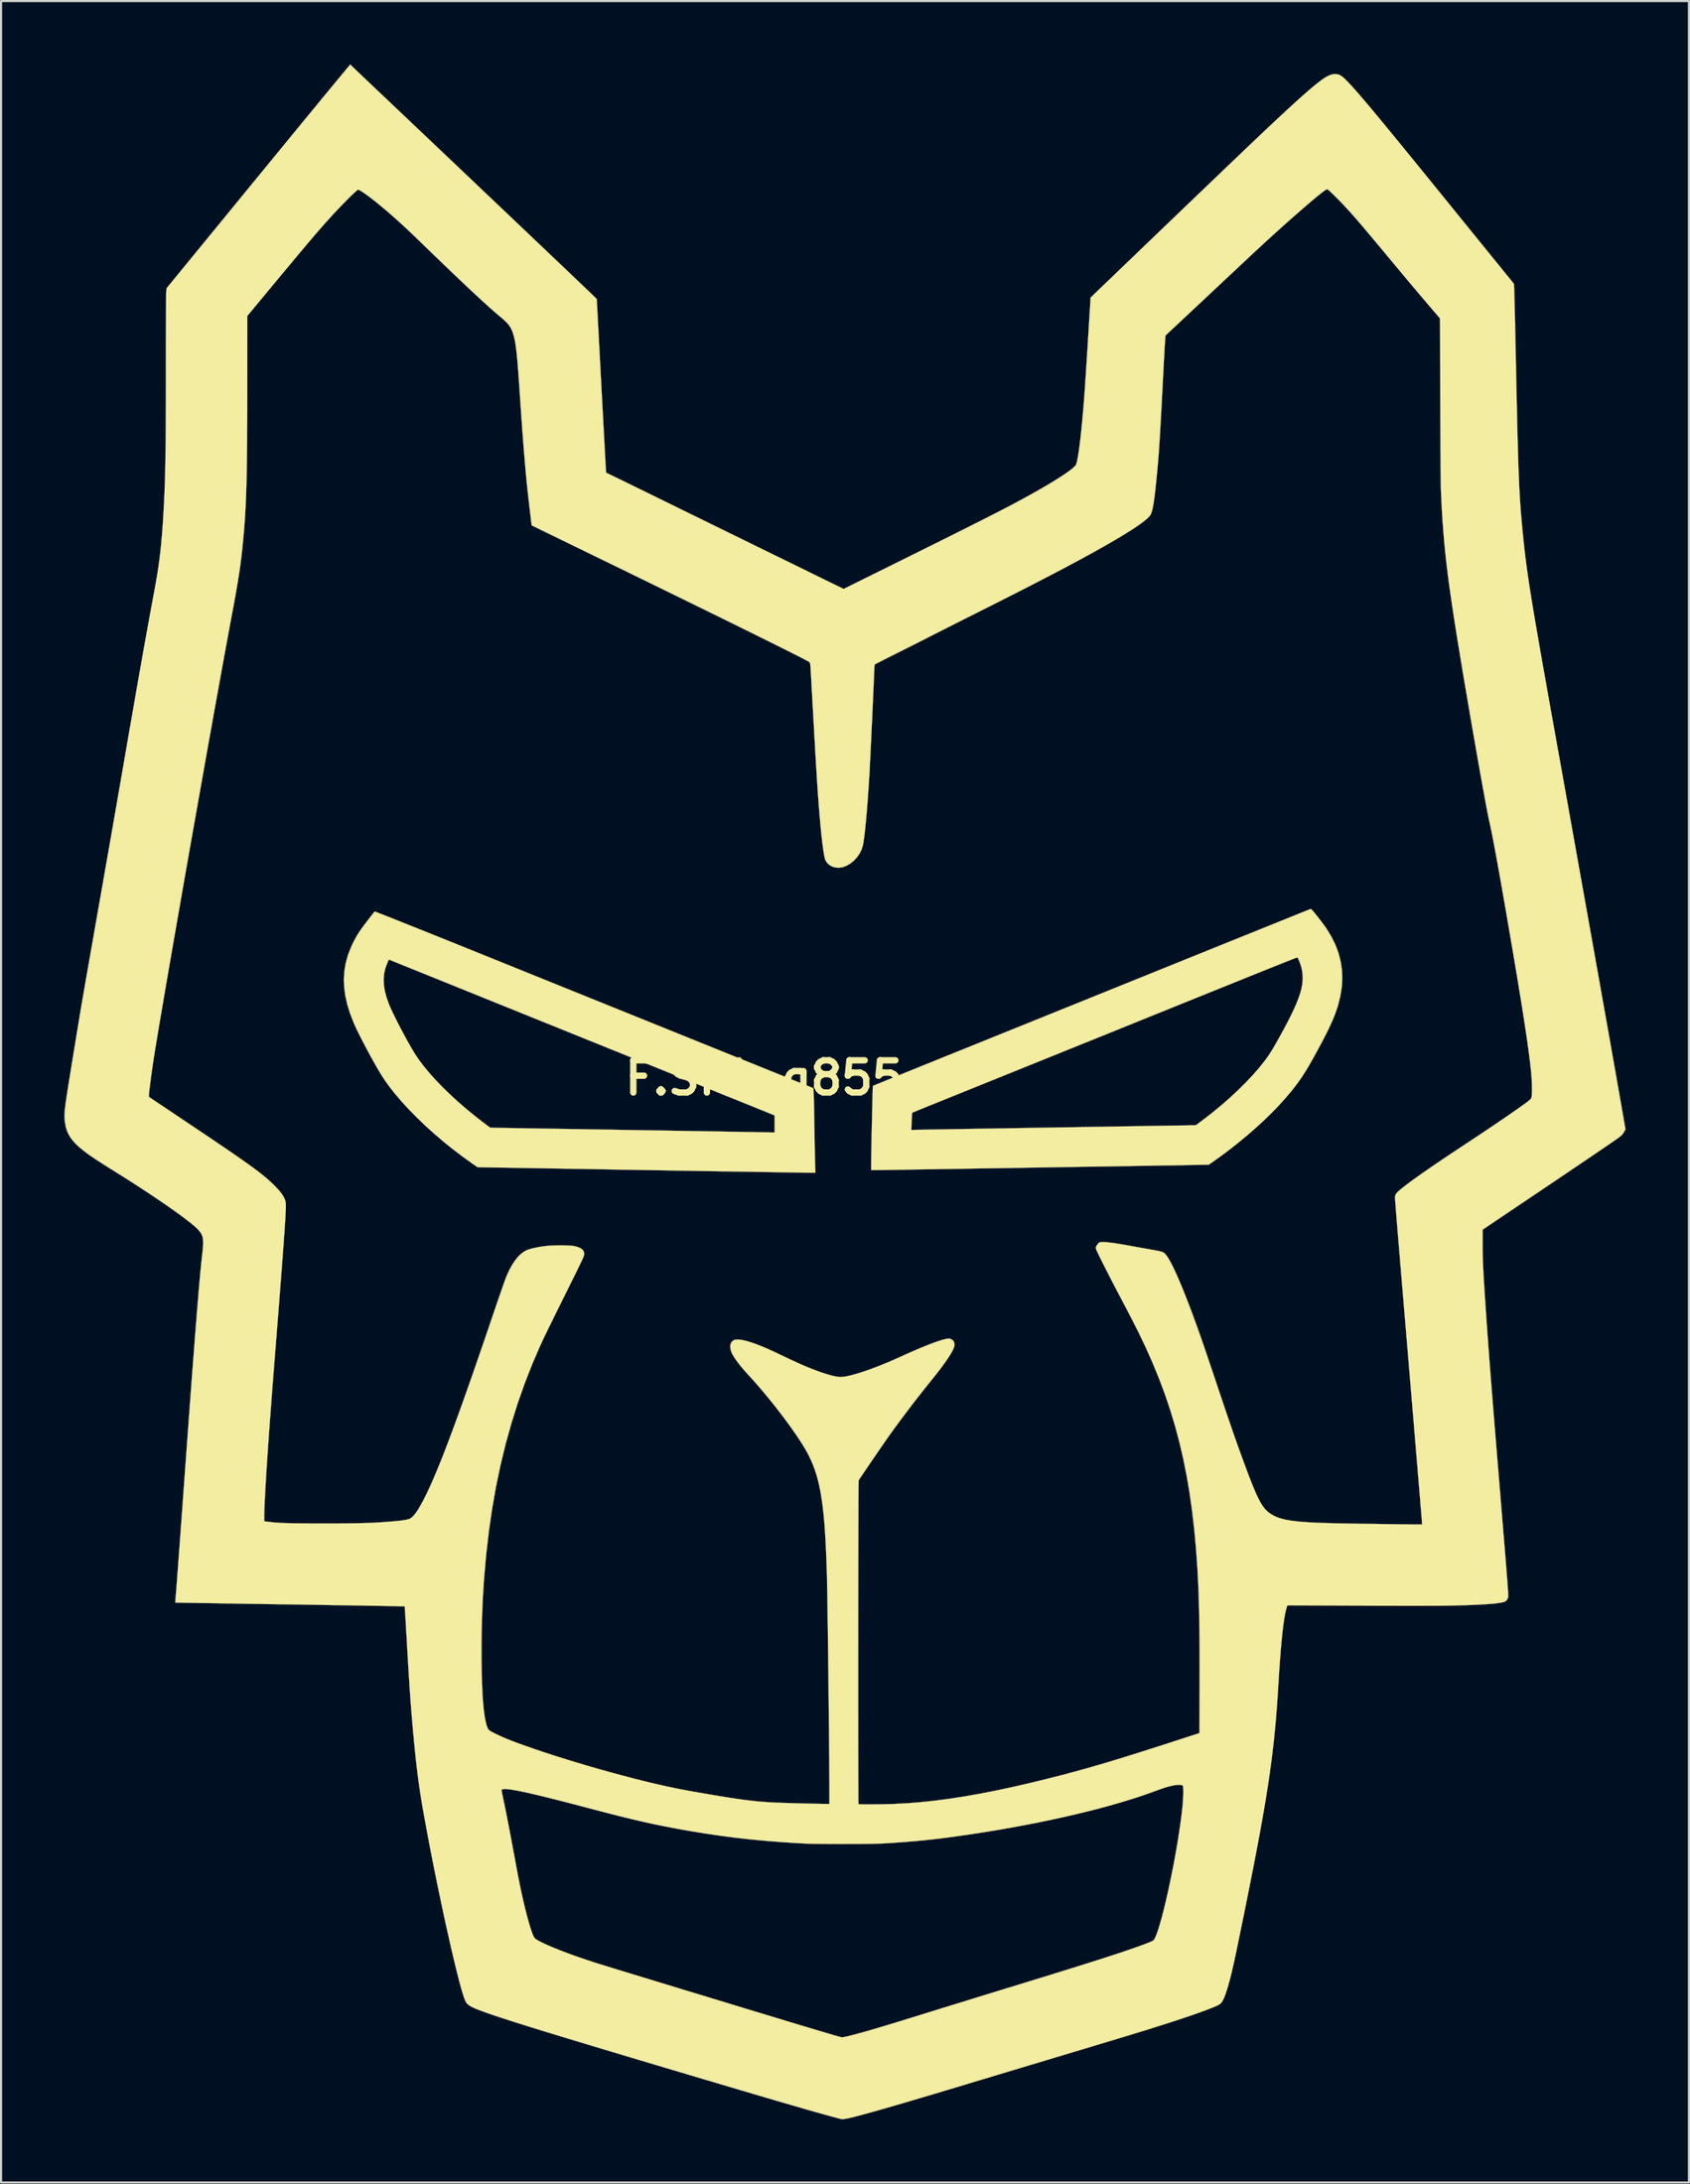
<source format=kicad_pcb>
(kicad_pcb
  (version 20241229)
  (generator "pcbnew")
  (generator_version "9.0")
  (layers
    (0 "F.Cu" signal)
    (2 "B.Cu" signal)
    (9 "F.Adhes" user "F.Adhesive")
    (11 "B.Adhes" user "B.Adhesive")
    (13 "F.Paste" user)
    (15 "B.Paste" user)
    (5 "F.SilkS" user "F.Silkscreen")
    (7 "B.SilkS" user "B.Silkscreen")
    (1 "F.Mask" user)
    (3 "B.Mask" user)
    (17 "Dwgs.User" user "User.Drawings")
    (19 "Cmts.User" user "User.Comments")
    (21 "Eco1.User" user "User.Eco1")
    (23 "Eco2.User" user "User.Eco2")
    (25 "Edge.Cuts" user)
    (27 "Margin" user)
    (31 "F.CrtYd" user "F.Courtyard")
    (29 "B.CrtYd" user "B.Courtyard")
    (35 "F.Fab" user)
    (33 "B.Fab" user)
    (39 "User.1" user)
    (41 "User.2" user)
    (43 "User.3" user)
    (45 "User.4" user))
  (footprint "F.Silk_g855"
    (layer "F.Cu")
    (at 33.148 47.99)
    (property "Reference" "F.Silk_g855" (at 0 0 0) (layer "F.SilkS") (effects (font (size 1.524 1.524) (thickness 0.3))))
    (attr through_hole)
    (fp_poly (pts (xy -18.436 -7.875) (xy -18.377 -7.854) (xy -18.283 -7.817) (xy -18.154 -7.767) (xy -17.992 -7.704) (xy -17.799 -7.628) (xy -17.576 -7.539) (xy -17.326 -7.44) (xy -17.048 -7.329) (xy -16.746 -7.208) (xy -16.421 -7.078) (xy -16.073 -6.939) (xy -15.706 -6.792) (xy -15.32 -6.637) (xy -14.917 -6.475) (xy -14.499 -6.306) (xy -14.067 -6.132) (xy -13.622 -5.953) (xy -13.168 -5.77) (xy -13.057 -5.725) (xy -12.595 -5.538) (xy -12.142 -5.355) (xy -11.698 -5.176) (xy -11.266 -5.002) (xy -10.847 -4.832) (xy -10.444 -4.669) (xy -10.056 -4.513) (xy -9.688 -4.364) (xy -9.339 -4.223) (xy -9.012 -4.091) (xy -8.709 -3.969) (xy -8.431 -3.856) (xy -8.18 -3.755) (xy -7.958 -3.665) (xy -7.766 -3.588) (xy -7.606 -3.523) (xy -7.481 -3.472) (xy -7.39 -3.436) (xy -7.338 -3.415) (xy -7.334 -3.413) (xy -7.281 -3.392) (xy -7.19 -3.355) (xy -7.064 -3.304) (xy -6.906 -3.24) (xy -6.716 -3.164) (xy -6.497 -3.075) (xy -6.251 -2.976) (xy -5.981 -2.867) (xy -5.688 -2.748) (xy -5.374 -2.622) (xy -5.042 -2.487) (xy -4.693 -2.347) (xy -4.33 -2.2) (xy -3.954 -2.048) (xy -3.568 -1.892) (xy -3.174 -1.733) (xy -3.037 -1.678) (xy -2.635 -1.515) (xy -2.237 -1.354) (xy -1.845 -1.196) (xy -1.462 -1.041) (xy -1.09 -0.891) (xy -0.731 -0.747) (xy -0.389 -0.608) (xy -0.064 -0.477) (xy 0.24 -0.354) (xy 0.522 -0.241) (xy 0.779 -0.137) (xy 1.008 -0.044) (xy 1.208 0.036) (xy 1.376 0.104) (xy 1.509 0.158) (xy 1.606 0.197) (xy 1.619 0.202) (xy 2.318 0.483) (xy 2.331 0.649) (xy 2.334 0.698) (xy 2.337 0.785) (xy 2.341 0.907) (xy 2.345 1.06) (xy 2.349 1.239) (xy 2.353 1.441) (xy 2.357 1.663) (xy 2.362 1.899) (xy 2.366 2.147) (xy 2.369 2.318) (xy 2.373 2.577) (xy 2.377 2.831) (xy 2.382 3.077) (xy 2.386 3.309) (xy 2.39 3.524) (xy 2.394 3.716) (xy 2.398 3.882) (xy 2.401 4.017) (xy 2.404 4.116) (xy 2.405 4.154) (xy 2.418 4.487) (xy 2.061 4.485) (xy 2.013 4.484) (xy 1.925 4.483) (xy 1.797 4.481) (xy 1.632 4.478) (xy 1.431 4.475) (xy 1.195 4.471) (xy 0.927 4.467) (xy 0.627 4.462) (xy 0.298 4.457) (xy -0.059 4.451) (xy -0.443 4.445) (xy -0.852 4.438) (xy -1.284 4.431) (xy -1.738 4.424) (xy -2.211 4.416) (xy -2.704 4.408) (xy -3.213 4.399) (xy -3.738 4.391) (xy -4.276 4.382) (xy -4.827 4.372) (xy -5.388 4.363) (xy -5.937 4.354) (xy -13.578 4.226) (xy -13.854 4.036) (xy -14.307 3.711) (xy -14.758 3.367) (xy -15.202 3.009) (xy -15.634 2.639) (xy -16.051 2.263) (xy -16.448 1.882) (xy -16.822 1.502) (xy -17.168 1.126) (xy -17.483 0.758) (xy -17.738 0.434) (xy -17.847 0.286) (xy -17.948 0.145) (xy -18.043 0.003) (xy -18.138 -0.145) (xy -18.236 -0.306) (xy -18.343 -0.488) (xy -18.462 -0.698) (xy -18.528 -0.815) (xy -18.675 -1.081) (xy -18.819 -1.348) (xy -18.956 -1.608) (xy -19.085 -1.858) (xy -19.203 -2.092) (xy -19.307 -2.304) (xy -19.393 -2.49) (xy -19.448 -2.614) (xy -19.619 -3.053) (xy -19.751 -3.478) (xy -19.843 -3.89) (xy -19.897 -4.29) (xy -19.912 -4.681) (xy -19.91 -4.704) (xy -18.03 -4.704) (xy -18.022 -4.431) (xy -17.979 -4.145) (xy -17.902 -3.842) (xy -17.789 -3.519) (xy -17.787 -3.514) (xy -17.73 -3.377) (xy -17.654 -3.21) (xy -17.563 -3.017) (xy -17.459 -2.806) (xy -17.345 -2.581) (xy -17.224 -2.347) (xy -17.099 -2.112) (xy -16.974 -1.88) (xy -16.85 -1.657) (xy -16.732 -1.449) (xy -16.621 -1.262) (xy -16.564 -1.167) (xy -16.367 -0.871) (xy -16.134 -0.561) (xy -15.867 -0.239) (xy -15.57 0.093) (xy -15.244 0.431) (xy -14.892 0.773) (xy -14.517 1.118) (xy -14.121 1.461) (xy -13.707 1.8) (xy -13.497 1.965) (xy -13.389 2.048) (xy -13.285 2.128) (xy -13.193 2.198) (xy -13.12 2.253) (xy -13.076 2.285) (xy -12.976 2.356) (xy -11.975 2.373) (xy -11.736 2.377) (xy -11.457 2.381) (xy -11.142 2.387) (xy -10.794 2.392) (xy -10.417 2.399) (xy -10.013 2.405) (xy -9.586 2.412) (xy -9.138 2.42) (xy -8.674 2.427) (xy -8.196 2.435) (xy -7.708 2.443) (xy -7.212 2.451) (xy -6.711 2.46) (xy -6.21 2.468) (xy -5.711 2.476) (xy -5.216 2.484) (xy -4.731 2.492) (xy -4.257 2.5) (xy -3.797 2.508) (xy -3.356 2.515) (xy -3.037 2.52) (xy -2.765 2.525) (xy -2.48 2.529) (xy -2.191 2.534) (xy -1.904 2.539) (xy -1.625 2.544) (xy -1.363 2.549) (xy -1.123 2.553) (xy -0.912 2.557) (xy -0.762 2.56) (xy -0.567 2.563) (xy -0.377 2.567) (xy -0.198 2.57) (xy -0.038 2.573) (xy 0.1 2.575) (xy 0.208 2.577) (xy 0.281 2.579) (xy 0.291 2.579) (xy 0.487 2.582) (xy 0.487 1.776) (xy 0.397 1.736) (xy 0.37 1.725) (xy 0.305 1.699) (xy 0.205 1.658) (xy 0.069 1.603) (xy -0.099 1.535) (xy -0.298 1.455) (xy -0.527 1.362) (xy -0.784 1.258) (xy -1.068 1.143) (xy -1.376 1.018) (xy -1.708 0.884) (xy -2.061 0.742) (xy -2.435 0.591) (xy -2.827 0.432) (xy -3.236 0.267) (xy -3.66 0.096) (xy -4.098 -0.081) (xy -4.548 -0.263) (xy -5.009 -0.449) (xy -5.249 -0.546) (xy -5.761 -0.753) (xy -6.286 -0.965) (xy -6.821 -1.181) (xy -7.365 -1.4) (xy -7.912 -1.622) (xy -8.462 -1.843) (xy -9.009 -2.064) (xy -9.552 -2.284) (xy -10.087 -2.5) (xy -10.611 -2.711) (xy -11.121 -2.917) (xy -11.615 -3.117) (xy -12.088 -3.308) (xy -12.537 -3.489) (xy -12.961 -3.66) (xy -13.355 -3.819) (xy -13.717 -3.966) (xy -14.043 -4.097) (xy -14.108 -4.123) (xy -14.468 -4.269) (xy -14.819 -4.411) (xy -15.16 -4.548) (xy -15.487 -4.68) (xy -15.799 -4.806) (xy -16.093 -4.925) (xy -16.368 -5.036) (xy -16.621 -5.138) (xy -16.85 -5.231) (xy -17.053 -5.313) (xy -17.227 -5.383) (xy -17.371 -5.441) (xy -17.482 -5.486) (xy -17.558 -5.517) (xy -17.597 -5.532) (xy -17.784 -5.607) (xy -17.845 -5.471) (xy -17.941 -5.22) (xy -18.003 -4.966) (xy -18.03 -4.704) (xy -19.91 -4.704) (xy -19.887 -5.063) (xy -19.824 -5.44) (xy -19.722 -5.811) (xy -19.58 -6.18) (xy -19.483 -6.389) (xy -19.407 -6.536) (xy -19.334 -6.67) (xy -19.259 -6.798) (xy -19.176 -6.927) (xy -19.081 -7.064) (xy -18.97 -7.216) (xy -18.838 -7.39) (xy -18.775 -7.472) (xy -18.689 -7.584) (xy -18.61 -7.685) (xy -18.544 -7.77) (xy -18.494 -7.834) (xy -18.464 -7.873) (xy -18.456 -7.881) (xy -18.436 -7.875)) (stroke (width 0.01) (type solid)) (fill yes) (layer "F.SilkS"))
    (fp_poly (pts (xy 25.901 -7.991) (xy 25.943 -7.948) (xy 26.002 -7.88) (xy 26.074 -7.793) (xy 26.157 -7.691) (xy 26.245 -7.579) (xy 26.335 -7.463) (xy 26.424 -7.346) (xy 26.507 -7.234) (xy 26.581 -7.131) (xy 26.641 -7.043) (xy 26.642 -7.042) (xy 26.868 -6.667) (xy 27.052 -6.289) (xy 27.194 -5.905) (xy 27.294 -5.516) (xy 27.353 -5.12) (xy 27.37 -4.717) (xy 27.346 -4.307) (xy 27.28 -3.888) (xy 27.173 -3.459) (xy 27.135 -3.334) (xy 27.075 -3.156) (xy 27.008 -2.974) (xy 26.932 -2.785) (xy 26.844 -2.585) (xy 26.745 -2.369) (xy 26.631 -2.136) (xy 26.501 -1.881) (xy 26.354 -1.602) (xy 26.187 -1.294) (xy 26 -0.953) (xy 25.979 -0.915) (xy 25.802 -0.604) (xy 25.632 -0.321) (xy 25.464 -0.059) (xy 25.292 0.19) (xy 25.111 0.432) (xy 24.916 0.677) (xy 24.7 0.93) (xy 24.458 1.199) (xy 24.367 1.299) (xy 24.055 1.624) (xy 23.711 1.96) (xy 23.34 2.303) (xy 22.948 2.647) (xy 22.541 2.987) (xy 22.126 3.318) (xy 21.708 3.635) (xy 21.323 3.912) (xy 21.046 4.106) (xy 13.339 4.233) (xy 12.767 4.243) (xy 12.205 4.252) (xy 11.654 4.261) (xy 11.115 4.27) (xy 10.591 4.278) (xy 10.082 4.286) (xy 9.59 4.294) (xy 9.117 4.302) (xy 8.665 4.309) (xy 8.235 4.316) (xy 7.828 4.323) (xy 7.446 4.329) (xy 7.09 4.334) (xy 6.763 4.34) (xy 6.466 4.344) (xy 6.2 4.348) (xy 5.966 4.352) (xy 5.768 4.355) (xy 5.605 4.357) (xy 5.479 4.359) (xy 5.393 4.36) (xy 5.347 4.36) (xy 5.345 4.36) (xy 5.059 4.36) (xy 5.058 4.207) (xy 5.059 4.123) (xy 5.06 4.007) (xy 5.062 3.861) (xy 5.064 3.69) (xy 5.068 3.498) (xy 5.071 3.286) (xy 5.076 3.06) (xy 5.08 2.823) (xy 5.085 2.579) (xy 5.088 2.462) (xy 6.96 2.462) (xy 7.718 2.447) (xy 7.829 2.445) (xy 7.979 2.443) (xy 8.164 2.439) (xy 8.383 2.436) (xy 8.632 2.431) (xy 8.908 2.427) (xy 9.208 2.422) (xy 9.528 2.416) (xy 9.867 2.411) (xy 10.219 2.405) (xy 10.584 2.399) (xy 10.957 2.393) (xy 11.335 2.386) (xy 11.695 2.381) (xy 12.1 2.374) (xy 12.519 2.367) (xy 12.947 2.36) (xy 13.379 2.353) (xy 13.811 2.346) (xy 14.239 2.339) (xy 14.657 2.332) (xy 15.061 2.326) (xy 15.447 2.319) (xy 15.811 2.313) (xy 16.147 2.308) (xy 16.452 2.303) (xy 16.72 2.298) (xy 16.806 2.297) (xy 17.111 2.292) (xy 17.422 2.287) (xy 17.733 2.282) (xy 18.041 2.277) (xy 18.339 2.272) (xy 18.622 2.267) (xy 18.886 2.263) (xy 19.125 2.259) (xy 19.334 2.256) (xy 19.507 2.253) (xy 19.569 2.252) (xy 20.436 2.239) (xy 20.796 1.969) (xy 21.222 1.639) (xy 21.637 1.296) (xy 22.038 0.946) (xy 22.421 0.591) (xy 22.781 0.236) (xy 23.114 -0.116) (xy 23.416 -0.46) (xy 23.683 -0.793) (xy 23.7 -0.816) (xy 23.793 -0.942) (xy 23.884 -1.072) (xy 23.976 -1.213) (xy 24.073 -1.37) (xy 24.178 -1.549) (xy 24.296 -1.754) (xy 24.415 -1.968) (xy 24.618 -2.34) (xy 24.798 -2.68) (xy 24.954 -2.991) (xy 25.089 -3.275) (xy 25.204 -3.535) (xy 25.298 -3.774) (xy 25.373 -3.995) (xy 25.429 -4.199) (xy 25.468 -4.39) (xy 25.491 -4.571) (xy 25.498 -4.744) (xy 25.49 -4.912) (xy 25.468 -5.078) (xy 25.449 -5.175) (xy 25.427 -5.26) (xy 25.397 -5.356) (xy 25.362 -5.455) (xy 25.326 -5.548) (xy 25.292 -5.627) (xy 25.263 -5.683) (xy 25.243 -5.707) (xy 25.235 -5.705) (xy 25.214 -5.699) (xy 25.181 -5.687) (xy 25.133 -5.669) (xy 25.069 -5.645) (xy 24.989 -5.614) (xy 24.891 -5.575) (xy 24.774 -5.529) (xy 24.636 -5.475) (xy 24.478 -5.412) (xy 24.297 -5.34) (xy 24.093 -5.258) (xy 23.864 -5.166) (xy 23.609 -5.064) (xy 23.327 -4.95) (xy 23.017 -4.826) (xy 22.678 -4.689) (xy 22.308 -4.54) (xy 21.907 -4.378) (xy 21.474 -4.204) (xy 21.006 -4.015) (xy 20.504 -3.812) (xy 19.965 -3.595) (xy 19.39 -3.362) (xy 18.912 -3.169) (xy 18.593 -3.041) (xy 18.253 -2.903) (xy 17.893 -2.758) (xy 17.516 -2.605) (xy 17.123 -2.446) (xy 16.716 -2.282) (xy 16.298 -2.113) (xy 15.87 -1.94) (xy 15.434 -1.764) (xy 14.992 -1.586) (xy 14.546 -1.406) (xy 14.099 -1.225) (xy 13.651 -1.044) (xy 13.205 -0.864) (xy 12.764 -0.686) (xy 12.328 -0.51) (xy 11.899 -0.337) (xy 11.481 -0.168) (xy 11.074 -0.004) (xy 10.681 0.155) (xy 10.303 0.307) (xy 9.943 0.453) (xy 9.603 0.59) (xy 9.284 0.719) (xy 8.988 0.839) (xy 8.717 0.948) (xy 8.474 1.046) (xy 8.26 1.133) (xy 8.077 1.206) (xy 7.927 1.267) (xy 7.812 1.313) (xy 7.735 1.345) (xy 7.726 1.348) (xy 7.563 1.414) (xy 7.412 1.476) (xy 7.278 1.53) (xy 7.166 1.577) (xy 7.08 1.613) (xy 7.024 1.638) (xy 7.003 1.648) (xy 6.998 1.672) (xy 6.992 1.732) (xy 6.986 1.821) (xy 6.98 1.932) (xy 6.975 2.057) (xy 6.975 2.062) (xy 6.96 2.462) (xy 5.088 2.462) (xy 5.09 2.331) (xy 5.096 2.083) (xy 5.101 1.838) (xy 5.106 1.6) (xy 5.112 1.373) (xy 5.117 1.16) (xy 5.122 0.966) (xy 5.126 0.792) (xy 5.13 0.645) (xy 5.134 0.525) (xy 5.137 0.439) (xy 5.14 0.388) (xy 5.141 0.376) (xy 5.162 0.367) (xy 5.22 0.342) (xy 5.313 0.304) (xy 5.44 0.252) (xy 5.598 0.187) (xy 5.785 0.111) (xy 5.999 0.023) (xy 6.239 -0.074) (xy 6.502 -0.181) (xy 6.786 -0.296) (xy 7.089 -0.419) (xy 7.41 -0.549) (xy 7.746 -0.685) (xy 8.095 -0.826) (xy 8.456 -0.972) (xy 8.584 -1.024) (xy 9.405 -1.355) (xy 10.188 -1.671) (xy 10.933 -1.972) (xy 11.642 -2.259) (xy 12.315 -2.53) (xy 12.953 -2.788) (xy 13.557 -3.032) (xy 14.128 -3.263) (xy 14.667 -3.48) (xy 15.174 -3.685) (xy 15.651 -3.878) (xy 16.098 -4.058) (xy 16.517 -4.227) (xy 16.907 -4.385) (xy 17.271 -4.532) (xy 17.608 -4.668) (xy 17.92 -4.794) (xy 18.208 -4.91) (xy 18.472 -5.017) (xy 18.713 -5.115) (xy 18.933 -5.203) (xy 19.132 -5.284) (xy 19.311 -5.356) (xy 19.47 -5.42) (xy 19.611 -5.477) (xy 19.735 -5.527) (xy 19.843 -5.571) (xy 19.934 -5.608) (xy 20.011 -5.639) (xy 20.074 -5.664) (xy 20.124 -5.685) (xy 20.162 -5.7) (xy 20.172 -5.704) (xy 20.358 -5.779) (xy 20.567 -5.864) (xy 20.797 -5.957) (xy 21.045 -6.057) (xy 21.308 -6.163) (xy 21.584 -6.275) (xy 21.871 -6.39) (xy 22.165 -6.509) (xy 22.465 -6.63) (xy 22.767 -6.752) (xy 23.07 -6.874) (xy 23.37 -6.995) (xy 23.665 -7.114) (xy 23.952 -7.23) (xy 24.229 -7.341) (xy 24.494 -7.448) (xy 24.743 -7.548) (xy 24.974 -7.641) (xy 25.185 -7.726) (xy 25.373 -7.802) (xy 25.535 -7.867) (xy 25.669 -7.921) (xy 25.773 -7.962) (xy 25.843 -7.99) (xy 25.878 -8.004) (xy 25.881 -8.005) (xy 25.901 -7.991)) (stroke (width 0.01) (type solid)) (fill yes) (layer "F.SilkS"))
    (fp_poly (pts (xy -19.474 -47.85) (xy -19.441 -47.819) (xy -19.379 -47.76) (xy -19.291 -47.676) (xy -19.178 -47.568) (xy -19.043 -47.44) (xy -18.887 -47.292) (xy -18.713 -47.126) (xy -18.522 -46.945) (xy -18.317 -46.751) (xy -18.1 -46.545) (xy -17.872 -46.329) (xy -17.637 -46.106) (xy -17.462 -45.94) (xy -17.15 -45.644) (xy -16.825 -45.336) (xy -16.49 -45.018) (xy -16.145 -44.691) (xy -15.791 -44.356) (xy -15.431 -44.014) (xy -15.066 -43.667) (xy -14.696 -43.316) (xy -14.324 -42.963) (xy -13.95 -42.608) (xy -13.577 -42.253) (xy -13.204 -41.899) (xy -12.834 -41.548) (xy -12.468 -41.2) (xy -12.108 -40.858) (xy -11.754 -40.522) (xy -11.409 -40.193) (xy -11.072 -39.873) (xy -10.747 -39.564) (xy -10.433 -39.266) (xy -10.134 -38.981) (xy -9.848 -38.709) (xy -9.579 -38.453) (xy -9.328 -38.214) (xy -9.095 -37.992) (xy -8.883 -37.79) (xy -8.692 -37.608) (xy -8.524 -37.448) (xy -8.381 -37.311) (xy -8.263 -37.198) (xy -8.172 -37.111) (xy -8.109 -37.05) (xy -8.081 -37.023) (xy -7.938 -36.883) (xy -7.726 -32.882) (xy -7.704 -32.473) (xy -7.683 -32.073) (xy -7.662 -31.686) (xy -7.642 -31.314) (xy -7.623 -30.959) (xy -7.605 -30.622) (xy -7.588 -30.307) (xy -7.572 -30.015) (xy -7.557 -29.748) (xy -7.544 -29.508) (xy -7.533 -29.299) (xy -7.523 -29.121) (xy -7.514 -28.976) (xy -7.508 -28.868) (xy -7.504 -28.798) (xy -7.502 -28.769) (xy -7.49 -28.656) (xy -7.168 -28.502) (xy -7.113 -28.475) (xy -7.056 -28.447) (xy -6.996 -28.419) (xy -6.932 -28.387) (xy -6.861 -28.353) (xy -6.781 -28.314) (xy -6.691 -28.27) (xy -6.588 -28.22) (xy -6.47 -28.162) (xy -6.336 -28.097) (xy -6.184 -28.022) (xy -6.011 -27.938) (xy -5.816 -27.842) (xy -5.597 -27.735) (xy -5.352 -27.615) (xy -5.079 -27.481) (xy -4.775 -27.332) (xy -4.44 -27.168) (xy -4.071 -26.986) (xy -3.665 -26.788) (xy -3.619 -26.765) (xy -3.06 -26.491) (xy -2.529 -26.231) (xy -2.026 -25.984) (xy -1.552 -25.752) (xy -1.109 -25.535) (xy -0.697 -25.333) (xy -0.318 -25.147) (xy 0.028 -24.978) (xy 0.34 -24.825) (xy 0.616 -24.69) (xy 0.857 -24.573) (xy 1.005 -24.5) (xy 1.127 -24.441) (xy 1.279 -24.366) (xy 1.454 -24.281) (xy 1.645 -24.187) (xy 1.844 -24.089) (xy 2.045 -23.991) (xy 2.239 -23.895) (xy 2.254 -23.888) (xy 2.442 -23.795) (xy 2.633 -23.702) (xy 2.819 -23.611) (xy 2.995 -23.525) (xy 3.153 -23.447) (xy 3.288 -23.382) (xy 3.392 -23.331) (xy 3.408 -23.323) (xy 3.757 -23.155) (xy 5.292 -23.915) (xy 5.891 -24.211) (xy 6.453 -24.49) (xy 6.981 -24.752) (xy 7.475 -24.997) (xy 7.937 -25.227) (xy 8.369 -25.442) (xy 8.772 -25.643) (xy 9.148 -25.831) (xy 9.498 -26.006) (xy 9.824 -26.17) (xy 10.127 -26.323) (xy 10.409 -26.465) (xy 10.672 -26.599) (xy 10.916 -26.723) (xy 11.144 -26.84) (xy 11.356 -26.95) (xy 11.556 -27.054) (xy 11.743 -27.152) (xy 11.919 -27.246) (xy 12.087 -27.336) (xy 12.247 -27.422) (xy 12.402 -27.507) (xy 12.552 -27.589) (xy 12.699 -27.671) (xy 12.845 -27.753) (xy 12.991 -27.836) (xy 13.018 -27.851) (xy 13.307 -28.019) (xy 13.577 -28.179) (xy 13.825 -28.331) (xy 14.049 -28.474) (xy 14.246 -28.605) (xy 14.414 -28.724) (xy 14.553 -28.829) (xy 14.658 -28.919) (xy 14.729 -28.991) (xy 14.752 -29.023) (xy 14.778 -29.084) (xy 14.805 -29.185) (xy 14.834 -29.325) (xy 14.865 -29.499) (xy 14.896 -29.708) (xy 14.929 -29.947) (xy 14.962 -30.216) (xy 14.995 -30.512) (xy 15.028 -30.833) (xy 15.061 -31.176) (xy 15.094 -31.539) (xy 15.126 -31.921) (xy 15.157 -32.319) (xy 15.176 -32.575) (xy 15.184 -32.69) (xy 15.194 -32.842) (xy 15.206 -33.028) (xy 15.22 -33.243) (xy 15.236 -33.482) (xy 15.252 -33.742) (xy 15.27 -34.017) (xy 15.288 -34.304) (xy 15.306 -34.597) (xy 15.325 -34.893) (xy 15.335 -35.062) (xy 15.451 -36.946) (xy 15.605 -37.097) (xy 15.634 -37.126) (xy 15.693 -37.182) (xy 15.778 -37.264) (xy 15.889 -37.371) (xy 16.024 -37.5) (xy 16.181 -37.651) (xy 16.358 -37.821) (xy 16.554 -38.009) (xy 16.766 -38.214) (xy 16.995 -38.433) (xy 17.236 -38.665) (xy 17.49 -38.908) (xy 17.754 -39.162) (xy 18.026 -39.423) (xy 18.305 -39.691) (xy 18.589 -39.964) (xy 18.877 -40.24) (xy 19.166 -40.517) (xy 19.456 -40.795) (xy 19.743 -41.071) (xy 20.028 -41.344) (xy 20.307 -41.611) (xy 20.58 -41.873) (xy 20.844 -42.126) (xy 21.098 -42.369) (xy 21.34 -42.601) (xy 21.568 -42.82) (xy 21.781 -43.025) (xy 21.855 -43.095) (xy 22.308 -43.528) (xy 22.732 -43.933) (xy 23.128 -44.31) (xy 23.497 -44.66) (xy 23.84 -44.985) (xy 24.159 -45.284) (xy 24.454 -45.559) (xy 24.726 -45.812) (xy 24.976 -46.042) (xy 25.206 -46.252) (xy 25.417 -46.441) (xy 25.609 -46.611) (xy 25.784 -46.763) (xy 25.943 -46.898) (xy 26.086 -47.017) (xy 26.216 -47.12) (xy 26.332 -47.209) (xy 26.437 -47.285) (xy 26.53 -47.349) (xy 26.609 -47.398) (xy 26.779 -47.483) (xy 26.937 -47.528) (xy 27.084 -47.533) (xy 27.222 -47.499) (xy 27.252 -47.486) (xy 27.29 -47.466) (xy 27.332 -47.437) (xy 27.381 -47.4) (xy 27.437 -47.353) (xy 27.5 -47.295) (xy 27.572 -47.224) (xy 27.653 -47.141) (xy 27.745 -47.044) (xy 27.847 -46.932) (xy 27.962 -46.804) (xy 28.089 -46.66) (xy 28.23 -46.497) (xy 28.386 -46.315) (xy 28.557 -46.113) (xy 28.744 -45.89) (xy 28.948 -45.646) (xy 29.17 -45.378) (xy 29.411 -45.086) (xy 29.671 -44.77) (xy 29.952 -44.427) (xy 30.255 -44.057) (xy 30.579 -43.66) (xy 30.927 -43.233) (xy 31.298 -42.777) (xy 31.694 -42.289) (xy 32.116 -41.77) (xy 32.131 -41.751) (xy 32.388 -41.435) (xy 32.642 -41.121) (xy 32.893 -40.812) (xy 33.139 -40.509) (xy 33.377 -40.216) (xy 33.607 -39.933) (xy 33.825 -39.664) (xy 34.031 -39.41) (xy 34.223 -39.174) (xy 34.399 -38.957) (xy 34.556 -38.763) (xy 34.695 -38.593) (xy 34.812 -38.449) (xy 34.905 -38.333) (xy 34.974 -38.248) (xy 34.974 -38.248) (xy 35.088 -38.107) (xy 35.195 -37.977) (xy 35.29 -37.86) (xy 35.37 -37.76) (xy 35.434 -37.682) (xy 35.477 -37.628) (xy 35.497 -37.603) (xy 35.498 -37.602) (xy 35.501 -37.579) (xy 35.504 -37.515) (xy 35.508 -37.414) (xy 35.512 -37.278) (xy 35.517 -37.109) (xy 35.523 -36.909) (xy 35.529 -36.681) (xy 35.535 -36.427) (xy 35.542 -36.15) (xy 35.549 -35.851) (xy 35.556 -35.533) (xy 35.564 -35.199) (xy 35.571 -34.85) (xy 35.579 -34.49) (xy 35.58 -34.427) (xy 35.593 -33.785) (xy 35.606 -33.184) (xy 35.618 -32.621) (xy 35.629 -32.095) (xy 35.64 -31.603) (xy 35.651 -31.145) (xy 35.661 -30.718) (xy 35.671 -30.32) (xy 35.681 -29.949) (xy 35.691 -29.603) (xy 35.701 -29.281) (xy 35.711 -28.981) (xy 35.721 -28.701) (xy 35.731 -28.438) (xy 35.742 -28.191) (xy 35.753 -27.959) (xy 35.764 -27.739) (xy 35.776 -27.529) (xy 35.788 -27.328) (xy 35.801 -27.133) (xy 35.815 -26.943) (xy 35.83 -26.756) (xy 35.845 -26.57) (xy 35.862 -26.383) (xy 35.879 -26.193) (xy 35.897 -25.998) (xy 35.91 -25.866) (xy 35.93 -25.662) (xy 35.951 -25.463) (xy 35.971 -25.267) (xy 35.993 -25.073) (xy 36.015 -24.878) (xy 36.039 -24.681) (xy 36.064 -24.48) (xy 36.091 -24.274) (xy 36.12 -24.062) (xy 36.151 -23.84) (xy 36.185 -23.609) (xy 36.221 -23.365) (xy 36.261 -23.108) (xy 36.304 -22.836) (xy 36.351 -22.546) (xy 36.402 -22.238) (xy 36.457 -21.91) (xy 36.516 -21.561) (xy 36.58 -21.187) (xy 36.649 -20.789) (xy 36.723 -20.363) (xy 36.803 -19.909) (xy 36.888 -19.425) (xy 36.98 -18.909) (xy 37.077 -18.36) (xy 37.182 -17.776) (xy 37.293 -17.154) (xy 37.412 -16.495) (xy 37.529 -15.843) (xy 37.639 -15.231) (xy 37.752 -14.603) (xy 37.867 -13.961) (xy 37.984 -13.308) (xy 38.103 -12.645) (xy 38.223 -11.975) (xy 38.344 -11.299) (xy 38.465 -10.619) (xy 38.587 -9.938) (xy 38.709 -9.257) (xy 38.83 -8.578) (xy 38.951 -7.904) (xy 39.07 -7.236) (xy 39.188 -6.576) (xy 39.304 -5.926) (xy 39.417 -5.289) (xy 39.528 -4.666) (xy 39.636 -4.059) (xy 39.741 -3.47) (xy 39.842 -2.902) (xy 39.939 -2.355) (xy 40.032 -1.833) (xy 40.12 -1.337) (xy 40.202 -0.869) (xy 40.28 -0.431) (xy 40.352 -0.025) (xy 40.417 0.347) (xy 40.476 0.682) (xy 40.528 0.98) (xy 40.566 1.196) (xy 40.599 1.386) (xy 40.632 1.571) (xy 40.662 1.746) (xy 40.69 1.904) (xy 40.713 2.04) (xy 40.732 2.146) (xy 40.744 2.216) (xy 40.783 2.433) (xy 40.699 2.576) (xy 40.674 2.619) (xy 40.649 2.656) (xy 40.621 2.691) (xy 40.584 2.727) (xy 40.535 2.768) (xy 40.468 2.819) (xy 40.379 2.882) (xy 40.264 2.962) (xy 40.136 3.05) (xy 39.97 3.164) (xy 39.771 3.3) (xy 39.542 3.456) (xy 39.285 3.631) (xy 39.003 3.822) (xy 38.699 4.028) (xy 38.374 4.247) (xy 38.032 4.479) (xy 37.675 4.719) (xy 37.306 4.969) (xy 36.926 5.224) (xy 36.539 5.485) (xy 36.449 5.545) (xy 36.223 5.697) (xy 35.992 5.853) (xy 35.76 6.008) (xy 35.533 6.161) (xy 35.315 6.308) (xy 35.112 6.445) (xy 34.927 6.568) (xy 34.768 6.676) (xy 34.637 6.764) (xy 34.613 6.78) (xy 34.015 7.183) (xy 34.015 7.811) (xy 34.015 7.976) (xy 34.016 8.133) (xy 34.018 8.286) (xy 34.022 8.44) (xy 34.026 8.598) (xy 34.032 8.764) (xy 34.04 8.941) (xy 34.049 9.134) (xy 34.061 9.347) (xy 34.075 9.583) (xy 34.091 9.846) (xy 34.11 10.141) (xy 34.131 10.47) (xy 34.154 10.806) (xy 34.173 11.087) (xy 34.192 11.369) (xy 34.212 11.653) (xy 34.232 11.943) (xy 34.254 12.24) (xy 34.276 12.546) (xy 34.3 12.863) (xy 34.325 13.194) (xy 34.351 13.54) (xy 34.379 13.904) (xy 34.409 14.289) (xy 34.441 14.695) (xy 34.476 15.126) (xy 34.512 15.583) (xy 34.551 16.069) (xy 34.593 16.585) (xy 34.638 17.135) (xy 34.686 17.719) (xy 34.737 18.341) (xy 34.791 19.002) (xy 34.808 19.209) (xy 34.855 19.769) (xy 34.897 20.289) (xy 34.937 20.769) (xy 34.974 21.213) (xy 35.007 21.62) (xy 35.038 21.992) (xy 35.066 22.332) (xy 35.091 22.641) (xy 35.113 22.92) (xy 35.133 23.17) (xy 35.151 23.394) (xy 35.167 23.593) (xy 35.18 23.768) (xy 35.192 23.922) (xy 35.202 24.055) (xy 35.209 24.169) (xy 35.216 24.266) (xy 35.22 24.347) (xy 35.224 24.413) (xy 35.226 24.468) (xy 35.226 24.511) (xy 35.226 24.544) (xy 35.225 24.57) (xy 35.222 24.589) (xy 35.22 24.603) (xy 35.216 24.614) (xy 35.212 24.623) (xy 35.207 24.632) (xy 35.203 24.642) (xy 35.167 24.707) (xy 35.123 24.759) (xy 35.107 24.772) (xy 35.052 24.799) (xy 34.971 24.823) (xy 34.861 24.846) (xy 34.722 24.867) (xy 34.552 24.887) (xy 34.35 24.904) (xy 34.113 24.921) (xy 33.841 24.936) (xy 33.531 24.95) (xy 33.183 24.963) (xy 32.794 24.975) (xy 32.671 24.978) (xy 32.505 24.982) (xy 32.3 24.985) (xy 32.058 24.988) (xy 31.776 24.99) (xy 31.455 24.991) (xy 31.094 24.992) (xy 30.694 24.992) (xy 30.252 24.992) (xy 29.77 24.991) (xy 29.247 24.99) (xy 28.681 24.988) (xy 28.296 24.986) (xy 24.768 24.971) (xy 24.726 25.11) (xy 24.686 25.258) (xy 24.648 25.445) (xy 24.61 25.673) (xy 24.573 25.94) (xy 24.536 26.248) (xy 24.5 26.597) (xy 24.465 26.987) (xy 24.43 27.418) (xy 24.396 27.89) (xy 24.362 28.405) (xy 24.341 28.744) (xy 24.317 29.145) (xy 24.29 29.535) (xy 24.262 29.916) (xy 24.232 30.292) (xy 24.2 30.663) (xy 24.164 31.033) (xy 24.126 31.403) (xy 24.083 31.776) (xy 24.038 32.153) (xy 23.988 32.536) (xy 23.933 32.929) (xy 23.874 33.333) (xy 23.809 33.75) (xy 23.74 34.182) (xy 23.664 34.631) (xy 23.582 35.101) (xy 23.494 35.592) (xy 23.399 36.107) (xy 23.296 36.648) (xy 23.187 37.217) (xy 23.069 37.816) (xy 22.944 38.448) (xy 22.81 39.115) (xy 22.667 39.818) (xy 22.515 40.561) (xy 22.501 40.629) (xy 22.436 40.944) (xy 22.379 41.221) (xy 22.328 41.464) (xy 22.282 41.678) (xy 22.241 41.867) (xy 22.204 42.034) (xy 22.17 42.184) (xy 22.138 42.321) (xy 22.107 42.449) (xy 22.075 42.571) (xy 22.044 42.693) (xy 22.023 42.767) (xy 21.954 43.018) (xy 21.889 43.229) (xy 21.83 43.405) (xy 21.774 43.549) (xy 21.719 43.664) (xy 21.666 43.752) (xy 21.612 43.817) (xy 21.577 43.847) (xy 21.514 43.886) (xy 21.411 43.937) (xy 21.271 43.997) (xy 21.096 44.067) (xy 20.887 44.147) (xy 20.647 44.235) (xy 20.376 44.33) (xy 20.078 44.433) (xy 19.752 44.543) (xy 19.403 44.658) (xy 19.03 44.778) (xy 19.008 44.785) (xy 18.867 44.83) (xy 18.731 44.873) (xy 18.6 44.915) (xy 18.469 44.956) (xy 18.338 44.998) (xy 18.203 45.04) (xy 18.063 45.083) (xy 17.914 45.129) (xy 17.755 45.178) (xy 17.583 45.231) (xy 17.397 45.288) (xy 17.193 45.35) (xy 16.97 45.417) (xy 16.724 45.492) (xy 16.455 45.573) (xy 16.158 45.662) (xy 15.833 45.76) (xy 15.477 45.868) (xy 15.087 45.985) (xy 14.662 46.113) (xy 14.198 46.252) (xy 14.182 46.257) (xy 13.803 46.371) (xy 13.414 46.488) (xy 13.019 46.607) (xy 12.622 46.726) (xy 12.228 46.844) (xy 11.84 46.961) (xy 11.463 47.075) (xy 11.1 47.184) (xy 10.757 47.287) (xy 10.436 47.384) (xy 10.142 47.472) (xy 9.88 47.551) (xy 9.653 47.62) (xy 9.599 47.636) (xy 8.982 47.822) (xy 8.404 47.995) (xy 7.864 48.156) (xy 7.362 48.306) (xy 6.897 48.443) (xy 6.467 48.57) (xy 6.071 48.685) (xy 5.709 48.789) (xy 5.38 48.883) (xy 5.082 48.967) (xy 4.815 49.041) (xy 4.577 49.105) (xy 4.368 49.16) (xy 4.187 49.206) (xy 4.033 49.243) (xy 3.978 49.255) (xy 3.844 49.281) (xy 3.73 49.294) (xy 3.645 49.294) (xy 3.609 49.286) (xy 3.583 49.279) (xy 3.522 49.262) (xy 3.435 49.239) (xy 3.327 49.21) (xy 3.217 49.18) (xy 3.034 49.131) (xy 2.821 49.072) (xy 2.58 49.005) (xy 2.309 48.928) (xy 2.006 48.841) (xy 1.672 48.745) (xy 1.305 48.639) (xy 0.904 48.522) (xy 0.469 48.395) (xy -0.002 48.257) (xy -0.508 48.107) (xy -1.052 47.947) (xy -1.634 47.774) (xy -2.255 47.59) (xy -2.826 47.421) (xy -3.631 47.181) (xy -4.397 46.953) (xy -5.124 46.737) (xy -5.813 46.531) (xy -6.466 46.336) (xy -7.083 46.151) (xy -7.666 45.976) (xy -8.215 45.81) (xy -8.732 45.654) (xy -9.217 45.507) (xy -9.672 45.369) (xy -10.097 45.239) (xy -10.494 45.118) (xy -10.863 45.004) (xy -11.206 44.897) (xy -11.523 44.798) (xy -11.816 44.705) (xy -12.085 44.619) (xy -12.333 44.539) (xy -12.558 44.465) (xy -12.764 44.397) (xy -12.95 44.334) (xy -13.118 44.275) (xy -13.268 44.222) (xy -13.402 44.172) (xy -13.521 44.127) (xy -13.626 44.086) (xy -13.717 44.047) (xy -13.742 44.036) (xy -13.88 43.971) (xy -13.984 43.909) (xy -14.061 43.845) (xy -14.12 43.772) (xy -14.16 43.7) (xy -14.2 43.603) (xy -14.247 43.466) (xy -14.302 43.292) (xy -14.362 43.084) (xy -14.428 42.842) (xy -14.499 42.57) (xy -14.575 42.269) (xy -14.655 41.942) (xy -14.739 41.591) (xy -14.826 41.218) (xy -14.915 40.826) (xy -15.008 40.416) (xy -15.102 39.991) (xy -15.197 39.552) (xy -15.293 39.103) (xy -15.389 38.645) (xy -15.486 38.181) (xy -15.581 37.713) (xy -15.676 37.242) (xy -15.768 36.772) (xy -15.859 36.304) (xy -15.947 35.84) (xy -16.032 35.383) (xy -16.114 34.936) (xy -16.159 34.682) (xy -16.228 34.285) (xy -16.29 33.896) (xy -16.316 33.721) (xy -12.446 33.721) (xy -12.442 33.754) (xy -12.43 33.821) (xy -12.411 33.915) (xy -12.388 34.027) (xy -12.363 34.147) (xy -12.319 34.352) (xy -12.274 34.573) (xy -12.225 34.814) (xy -12.173 35.079) (xy -12.116 35.371) (xy -12.054 35.695) (xy -11.987 36.053) (xy -11.917 36.428) (xy -11.878 36.638) (xy -11.838 36.85) (xy -11.799 37.058) (xy -11.763 37.255) (xy -11.73 37.433) (xy -11.701 37.586) (xy -11.679 37.706) (xy -11.672 37.74) (xy -11.606 38.08) (xy -11.537 38.418) (xy -11.465 38.75) (xy -11.391 39.07) (xy -11.317 39.376) (xy -11.244 39.662) (xy -11.172 39.925) (xy -11.103 40.159) (xy -11.038 40.362) (xy -10.978 40.528) (xy -10.961 40.57) (xy -10.922 40.656) (xy -10.885 40.714) (xy -10.841 40.758) (xy -10.802 40.786) (xy -10.687 40.855) (xy -10.534 40.934) (xy -10.348 41.022) (xy -10.131 41.117) (xy -9.888 41.218) (xy -9.621 41.324) (xy -9.334 41.433) (xy -9.031 41.544) (xy -8.715 41.656) (xy -8.39 41.766) (xy -8.059 41.875) (xy -7.948 41.91) (xy -7.873 41.934) (xy -7.761 41.968) (xy -7.612 42.014) (xy -7.43 42.07) (xy -7.216 42.136) (xy -6.974 42.21) (xy -6.705 42.292) (xy -6.411 42.382) (xy -6.096 42.478) (xy -5.761 42.58) (xy -5.409 42.688) (xy -5.041 42.8) (xy -4.661 42.916) (xy -4.271 43.035) (xy -3.872 43.156) (xy -3.468 43.279) (xy -3.06 43.403) (xy -2.651 43.527) (xy -2.243 43.651) (xy -1.839 43.774) (xy -1.441 43.895) (xy -1.051 44.014) (xy -0.671 44.129) (xy -0.304 44.24) (xy 0.048 44.347) (xy 0.383 44.449) (xy 0.698 44.544) (xy 0.99 44.633) (xy 1.259 44.714) (xy 1.501 44.787) (xy 1.713 44.851) (xy 1.895 44.906) (xy 2.043 44.95) (xy 2.095 44.966) (xy 2.381 45.051) (xy 2.629 45.125) (xy 2.842 45.188) (xy 3.022 45.241) (xy 3.174 45.286) (xy 3.299 45.323) (xy 3.401 45.352) (xy 3.481 45.375) (xy 3.544 45.392) (xy 3.591 45.405) (xy 3.627 45.413) (xy 3.652 45.418) (xy 3.672 45.421) (xy 3.687 45.422) (xy 3.694 45.422) (xy 3.736 45.418) (xy 3.81 45.404) (xy 3.908 45.383) (xy 4.021 45.356) (xy 4.085 45.34) (xy 4.25 45.298) (xy 4.42 45.252) (xy 4.6 45.203) (xy 4.792 45.149) (xy 5 45.09) (xy 5.225 45.024) (xy 5.472 44.951) (xy 5.743 44.869) (xy 6.041 44.779) (xy 6.369 44.679) (xy 6.73 44.567) (xy 7.127 44.444) (xy 7.313 44.387) (xy 7.601 44.297) (xy 7.885 44.209) (xy 8.166 44.122) (xy 8.45 44.034) (xy 8.738 43.945) (xy 9.035 43.854) (xy 9.343 43.759) (xy 9.666 43.659) (xy 10.007 43.554) (xy 10.37 43.442) (xy 10.757 43.323) (xy 11.172 43.196) (xy 11.619 43.059) (xy 12.1 42.911) (xy 12.499 42.788) (xy 13.086 42.608) (xy 13.633 42.439) (xy 14.143 42.281) (xy 14.618 42.133) (xy 15.057 41.996) (xy 15.465 41.867) (xy 15.841 41.748) (xy 16.187 41.637) (xy 16.505 41.533) (xy 16.797 41.437) (xy 17.064 41.348) (xy 17.307 41.265) (xy 17.529 41.188) (xy 17.73 41.117) (xy 17.913 41.05) (xy 18.079 40.987) (xy 18.218 40.933) (xy 18.315 40.893) (xy 18.38 40.864) (xy 18.424 40.837) (xy 18.452 40.808) (xy 18.476 40.771) (xy 18.489 40.745) (xy 18.548 40.614) (xy 18.612 40.443) (xy 18.68 40.238) (xy 18.751 40) (xy 18.826 39.733) (xy 18.902 39.44) (xy 18.98 39.125) (xy 19.058 38.79) (xy 19.137 38.439) (xy 19.214 38.076) (xy 19.291 37.703) (xy 19.366 37.323) (xy 19.438 36.941) (xy 19.506 36.559) (xy 19.571 36.18) (xy 19.63 35.807) (xy 19.685 35.445) (xy 19.733 35.095) (xy 19.775 34.762) (xy 19.802 34.512) (xy 19.816 34.36) (xy 19.827 34.203) (xy 19.835 34.048) (xy 19.84 33.901) (xy 19.841 33.768) (xy 19.839 33.656) (xy 19.833 33.57) (xy 19.824 33.517) (xy 19.818 33.505) (xy 19.772 33.483) (xy 19.693 33.471) (xy 19.59 33.471) (xy 19.471 33.481) (xy 19.379 33.496) (xy 19.255 33.522) (xy 19.121 33.557) (xy 18.97 33.602) (xy 18.796 33.66) (xy 18.593 33.732) (xy 18.457 33.782) (xy 17.952 33.962) (xy 17.408 34.141) (xy 16.827 34.317) (xy 16.213 34.491) (xy 15.568 34.662) (xy 14.895 34.828) (xy 14.196 34.99) (xy 13.476 35.147) (xy 12.737 35.298) (xy 11.982 35.442) (xy 11.213 35.579) (xy 10.433 35.708) (xy 9.647 35.829) (xy 8.855 35.94) (xy 8.784 35.95) (xy 8.26 36.017) (xy 7.743 36.075) (xy 7.224 36.127) (xy 6.691 36.172) (xy 6.135 36.212) (xy 5.662 36.242) (xy 5.529 36.248) (xy 5.359 36.253) (xy 5.156 36.258) (xy 4.926 36.262) (xy 4.674 36.265) (xy 4.405 36.267) (xy 4.123 36.268) (xy 3.835 36.269) (xy 3.545 36.269) (xy 3.257 36.268) (xy 2.978 36.266) (xy 2.712 36.264) (xy 2.464 36.261) (xy 2.239 36.257) (xy 2.042 36.252) (xy 1.879 36.246) (xy 1.789 36.242) (xy 0.965 36.191) (xy 0.174 36.13) (xy -0.592 36.058) (xy -1.342 35.975) (xy -2.084 35.879) (xy -2.827 35.769) (xy -3.578 35.645) (xy -4 35.57) (xy -4.296 35.515) (xy -4.58 35.461) (xy -4.855 35.407) (xy -5.125 35.352) (xy -5.396 35.294) (xy -5.67 35.234) (xy -5.953 35.169) (xy -6.247 35.1) (xy -6.558 35.025) (xy -6.889 34.942) (xy -7.245 34.852) (xy -7.629 34.753) (xy -8.046 34.644) (xy -8.467 34.534) (xy -8.975 34.4) (xy -9.444 34.278) (xy -9.874 34.168) (xy -10.267 34.07) (xy -10.623 33.983) (xy -10.945 33.907) (xy -11.232 33.841) (xy -11.485 33.786) (xy -11.707 33.742) (xy -11.897 33.708) (xy -12.057 33.684) (xy -12.188 33.669) (xy -12.291 33.664) (xy -12.367 33.669) (xy -12.417 33.682) (xy -12.442 33.705) (xy -12.446 33.721) (xy -16.316 33.721) (xy -16.348 33.508) (xy -16.402 33.113) (xy -16.453 32.705) (xy -16.502 32.275) (xy -16.55 31.817) (xy -16.594 31.369) (xy -16.621 31.08) (xy -16.647 30.805) (xy -16.67 30.538) (xy -16.693 30.276) (xy -16.714 30.016) (xy -16.735 29.753) (xy -16.755 29.483) (xy -16.775 29.203) (xy -16.795 28.908) (xy -16.816 28.594) (xy -16.837 28.258) (xy -16.859 27.895) (xy -16.883 27.503) (xy -16.908 27.076) (xy -16.935 26.61) (xy -16.935 26.596) (xy -16.95 26.342) (xy -16.964 26.101) (xy -16.977 25.876) (xy -16.99 25.67) (xy -17.001 25.486) (xy -17.011 25.328) (xy -17.02 25.199) (xy -17.026 25.102) (xy -17.031 25.041) (xy -17.034 25.019) (xy -17.055 25.018) (xy -17.118 25.016) (xy -17.219 25.014) (xy -17.357 25.011) (xy -17.53 25.007) (xy -17.736 25.003) (xy -17.975 24.999) (xy -18.243 24.994) (xy -18.54 24.989) (xy -18.862 24.984) (xy -19.21 24.978) (xy -19.58 24.972) (xy -19.971 24.965) (xy -20.382 24.959) (xy -20.809 24.952) (xy -21.253 24.945) (xy -21.711 24.938) (xy -22.181 24.93) (xy -22.465 24.926) (xy -22.941 24.919) (xy -23.406 24.912) (xy -23.858 24.905) (xy -24.296 24.898) (xy -24.716 24.891) (xy -25.119 24.885) (xy -25.502 24.879) (xy -25.863 24.873) (xy -26.2 24.868) (xy -26.513 24.863) (xy -26.798 24.858) (xy -27.054 24.854) (xy -27.279 24.85) (xy -27.472 24.847) (xy -27.631 24.844) (xy -27.754 24.842) (xy -27.84 24.84) (xy -27.885 24.839) (xy -27.893 24.839) (xy -27.893 24.817) (xy -27.89 24.76) (xy -27.884 24.675) (xy -27.876 24.567) (xy -27.867 24.445) (xy -27.856 24.312) (xy -27.842 24.137) (xy -27.825 23.919) (xy -27.806 23.66) (xy -27.783 23.359) (xy -27.757 23.015) (xy -27.729 22.63) (xy -27.697 22.202) (xy -27.662 21.732) (xy -27.625 21.22) (xy -27.584 20.666) (xy -27.541 20.07) (xy -27.495 19.431) (xy -27.453 18.86) (xy -27.392 18.015) (xy -27.333 17.212) (xy -27.277 16.45) (xy -27.224 15.727) (xy -27.173 15.042) (xy -27.125 14.395) (xy -27.079 13.785) (xy -27.035 13.211) (xy -26.994 12.671) (xy -26.955 12.165) (xy -26.918 11.692) (xy -26.883 11.251) (xy -26.849 10.841) (xy -26.818 10.461) (xy -26.789 10.111) (xy -26.761 9.789) (xy -26.735 9.494) (xy -26.71 9.225) (xy -26.687 8.983) (xy -26.665 8.764) (xy -26.645 8.569) (xy -26.626 8.397) (xy -26.618 8.329) (xy -26.594 8.108) (xy -26.579 7.922) (xy -26.575 7.767) (xy -26.583 7.637) (xy -26.604 7.526) (xy -26.638 7.428) (xy -26.687 7.338) (xy -26.753 7.251) (xy -26.835 7.16) (xy -26.85 7.145) (xy -26.956 7.045) (xy -27.096 6.925) (xy -27.269 6.787) (xy -27.471 6.632) (xy -27.701 6.461) (xy -27.957 6.277) (xy -28.236 6.081) (xy -28.536 5.874) (xy -28.856 5.657) (xy -29.192 5.433) (xy -29.542 5.203) (xy -29.905 4.968) (xy -30.278 4.73) (xy -30.66 4.491) (xy -30.681 4.477) (xy -30.855 4.369) (xy -31.029 4.259) (xy -31.198 4.152) (xy -31.355 4.053) (xy -31.495 3.963) (xy -31.612 3.888) (xy -31.699 3.831) (xy -31.708 3.825) (xy -31.986 3.634) (xy -32.227 3.455) (xy -32.433 3.286) (xy -32.608 3.123) (xy -32.753 2.963) (xy -32.871 2.804) (xy -32.964 2.642) (xy -33.035 2.474) (xy -33.086 2.297) (xy -33.119 2.108) (xy -33.126 2.05) (xy -33.132 1.989) (xy -33.137 1.932) (xy -33.141 1.875) (xy -33.143 1.815) (xy -33.143 1.752) (xy -33.14 1.681) (xy -33.135 1.602) (xy -33.127 1.51) (xy -33.115 1.405) (xy -33.1 1.284) (xy -33.081 1.143) (xy -33.058 0.982) (xy -33.043 0.883) (xy -29.152 0.883) (xy -29.151 0.891) (xy -29.131 0.904) (xy -29.079 0.94) (xy -28.997 0.995) (xy -28.886 1.07) (xy -28.75 1.161) (xy -28.591 1.268) (xy -28.41 1.389) (xy -28.211 1.522) (xy -27.996 1.666) (xy -27.768 1.82) (xy -27.528 1.98) (xy -27.379 2.08) (xy -26.95 2.368) (xy -26.554 2.633) (xy -26.19 2.878) (xy -25.857 3.104) (xy -25.551 3.311) (xy -25.273 3.502) (xy -25.02 3.676) (xy -24.79 3.836) (xy -24.581 3.983) (xy -24.392 4.118) (xy -24.222 4.241) (xy -24.068 4.356) (xy -23.928 4.462) (xy -23.801 4.561) (xy -23.686 4.655) (xy -23.58 4.744) (xy -23.482 4.829) (xy -23.39 4.913) (xy -23.302 4.995) (xy -23.216 5.079) (xy -23.196 5.099) (xy -23.048 5.252) (xy -22.93 5.387) (xy -22.837 5.511) (xy -22.765 5.63) (xy -22.709 5.75) (xy -22.707 5.754) (xy -22.688 5.807) (xy -22.675 5.858) (xy -22.667 5.916) (xy -22.663 5.992) (xy -22.662 6.095) (xy -22.663 6.17) (xy -22.666 6.258) (xy -22.671 6.379) (xy -22.68 6.536) (xy -22.691 6.728) (xy -22.706 6.956) (xy -22.724 7.221) (xy -22.745 7.522) (xy -22.769 7.86) (xy -22.797 8.236) (xy -22.828 8.65) (xy -22.862 9.102) (xy -22.9 9.594) (xy -22.941 10.125) (xy -22.985 10.696) (xy -23.033 11.308) (xy -23.085 11.96) (xy -23.14 12.654) (xy -23.188 13.261) (xy -23.242 13.939) (xy -23.293 14.593) (xy -23.341 15.223) (xy -23.386 15.827) (xy -23.429 16.404) (xy -23.469 16.954) (xy -23.505 17.474) (xy -23.538 17.964) (xy -23.569 18.422) (xy -23.596 18.848) (xy -23.619 19.239) (xy -23.639 19.596) (xy -23.656 19.916) (xy -23.669 20.199) (xy -23.678 20.443) (xy -23.684 20.647) (xy -23.685 20.799) (xy -23.686 20.992) (xy -23.49 21.015) (xy -23.371 21.029) (xy -23.256 21.041) (xy -23.139 21.051) (xy -23.017 21.06) (xy -22.887 21.068) (xy -22.746 21.074) (xy -22.589 21.079) (xy -22.414 21.084) (xy -22.217 21.087) (xy -21.995 21.089) (xy -21.743 21.091) (xy -21.459 21.092) (xy -21.139 21.092) (xy -20.849 21.093) (xy -20.484 21.092) (xy -20.157 21.092) (xy -19.863 21.09) (xy -19.599 21.088) (xy -19.36 21.085) (xy -19.142 21.081) (xy -18.941 21.076) (xy -18.751 21.07) (xy -18.57 21.062) (xy -18.392 21.053) (xy -18.213 21.042) (xy -18.029 21.03) (xy -17.836 21.015) (xy -17.727 21.007) (xy -17.471 20.985) (xy -17.253 20.961) (xy -17.072 20.937) (xy -16.93 20.911) (xy -16.829 20.885) (xy -16.796 20.872) (xy -16.712 20.82) (xy -16.622 20.736) (xy -16.524 20.618) (xy -16.418 20.464) (xy -16.303 20.274) (xy -16.177 20.045) (xy -16.058 19.812) (xy -15.955 19.601) (xy -15.848 19.374) (xy -15.738 19.127) (xy -15.622 18.861) (xy -15.501 18.574) (xy -15.374 18.265) (xy -15.241 17.932) (xy -15.102 17.574) (xy -14.956 17.191) (xy -14.802 16.781) (xy -14.64 16.342) (xy -14.469 15.874) (xy -14.29 15.376) (xy -14.102 14.845) (xy -13.903 14.281) (xy -13.695 13.683) (xy -13.476 13.049) (xy -13.245 12.378) (xy -13.004 11.67) (xy -12.75 10.922) (xy -12.75 10.922) (xy -12.671 10.69) (xy -12.593 10.464) (xy -12.518 10.247) (xy -12.448 10.043) (xy -12.383 9.858) (xy -12.325 9.696) (xy -12.276 9.56) (xy -12.238 9.456) (xy -12.211 9.387) (xy -12.21 9.383) (xy -12.08 9.096) (xy -11.94 8.841) (xy -11.791 8.619) (xy -11.635 8.434) (xy -11.474 8.287) (xy -11.308 8.18) (xy -11.292 8.172) (xy -11.173 8.124) (xy -11.016 8.077) (xy -10.826 8.033) (xy -10.607 7.994) (xy -10.425 7.967) (xy -10.286 7.952) (xy -10.124 7.94) (xy -9.947 7.932) (xy -9.762 7.928) (xy -9.578 7.927) (xy -9.402 7.93) (xy -9.242 7.937) (xy -9.105 7.947) (xy -9.001 7.961) (xy -8.975 7.966) (xy -8.812 8.013) (xy -8.689 8.07) (xy -8.603 8.139) (xy -8.55 8.223) (xy -8.531 8.323) (xy -8.53 8.341) (xy -8.532 8.36) (xy -8.538 8.386) (xy -8.548 8.42) (xy -8.565 8.465) (xy -8.59 8.524) (xy -8.622 8.597) (xy -8.664 8.688) (xy -8.717 8.799) (xy -8.781 8.932) (xy -8.857 9.089) (xy -8.948 9.273) (xy -9.053 9.486) (xy -9.174 9.73) (xy -9.311 10.007) (xy -9.457 10.299) (xy -9.592 10.572) (xy -9.726 10.841) (xy -9.856 11.104) (xy -9.98 11.357) (xy -10.098 11.596) (xy -10.207 11.818) (xy -10.305 12.02) (xy -10.392 12.198) (xy -10.465 12.349) (xy -10.522 12.471) (xy -10.563 12.558) (xy -10.57 12.573) (xy -10.97 13.495) (xy -11.337 14.429) (xy -11.673 15.378) (xy -11.977 16.343) (xy -12.251 17.326) (xy -12.495 18.329) (xy -12.709 19.354) (xy -12.893 20.402) (xy -13.048 21.476) (xy -13.175 22.577) (xy -13.274 23.708) (xy -13.324 24.479) (xy -13.345 24.901) (xy -13.363 25.336) (xy -13.377 25.781) (xy -13.387 26.231) (xy -13.393 26.681) (xy -13.395 27.126) (xy -13.393 27.563) (xy -13.388 27.985) (xy -13.379 28.39) (xy -13.366 28.771) (xy -13.35 29.125) (xy -13.33 29.447) (xy -13.306 29.732) (xy -13.302 29.771) (xy -13.27 30.049) (xy -13.235 30.289) (xy -13.195 30.491) (xy -13.153 30.654) (xy -13.107 30.777) (xy -13.058 30.859) (xy -13.042 30.877) (xy -12.996 30.91) (xy -12.917 30.956) (xy -12.811 31.012) (xy -12.685 31.074) (xy -12.545 31.14) (xy -12.397 31.207) (xy -12.248 31.271) (xy -12.104 31.33) (xy -12.097 31.333) (xy -11.728 31.474) (xy -11.323 31.622) (xy -10.884 31.774) (xy -10.419 31.931) (xy -9.929 32.09) (xy -9.421 32.25) (xy -8.899 32.41) (xy -8.368 32.568) (xy -7.831 32.723) (xy -7.294 32.873) (xy -6.761 33.018) (xy -6.237 33.156) (xy -5.726 33.285) (xy -5.233 33.404) (xy -5.201 33.411) (xy -4.834 33.496) (xy -4.493 33.571) (xy -4.162 33.64) (xy -3.825 33.706) (xy -3.469 33.771) (xy -3.302 33.801) (xy -2.872 33.876) (xy -2.48 33.943) (xy -2.122 34.003) (xy -1.794 34.056) (xy -1.494 34.103) (xy -1.218 34.143) (xy -0.961 34.179) (xy -0.72 34.209) (xy -0.492 34.235) (xy -0.274 34.257) (xy -0.06 34.275) (xy 0.151 34.29) (xy 0.364 34.303) (xy 0.508 34.31) (xy 0.619 34.315) (xy 0.756 34.32) (xy 0.916 34.326) (xy 1.094 34.331) (xy 1.286 34.337) (xy 1.487 34.342) (xy 1.694 34.348) (xy 1.901 34.353) (xy 2.105 34.358) (xy 2.3 34.362) (xy 2.483 34.366) (xy 2.65 34.369) (xy 2.795 34.372) (xy 2.915 34.373) (xy 3.005 34.374) (xy 3.061 34.373) (xy 3.079 34.372) (xy 3.081 34.349) (xy 3.082 34.286) (xy 3.083 34.185) (xy 3.083 34.048) (xy 3.083 33.877) (xy 3.082 33.674) (xy 3.081 33.443) (xy 3.08 33.184) (xy 3.078 32.899) (xy 3.076 32.592) (xy 3.073 32.264) (xy 3.07 31.917) (xy 3.067 31.554) (xy 3.064 31.176) (xy 3.06 30.786) (xy 3.056 30.386) (xy 3.052 29.978) (xy 3.047 29.564) (xy 3.043 29.146) (xy 3.038 28.727) (xy 3.034 28.308) (xy 3.029 27.893) (xy 3.024 27.482) (xy 3.019 27.078) (xy 3.014 26.684) (xy 3.009 26.3) (xy 3.004 25.931) (xy 2.999 25.577) (xy 2.994 25.241) (xy 2.99 24.924) (xy 2.985 24.63) (xy 2.981 24.36) (xy 2.976 24.117) (xy 2.972 23.902) (xy 2.968 23.718) (xy 2.965 23.566) (xy 2.963 23.506) (xy 2.944 22.937) (xy 2.923 22.409) (xy 2.899 21.918) (xy 2.871 21.462) (xy 2.84 21.039) (xy 2.804 20.647) (xy 2.763 20.282) (xy 2.717 19.944) (xy 2.665 19.629) (xy 2.607 19.336) (xy 2.543 19.061) (xy 2.472 18.803) (xy 2.393 18.558) (xy 2.307 18.326) (xy 2.212 18.103) (xy 2.109 17.887) (xy 1.997 17.676) (xy 1.876 17.467) (xy 1.875 17.466) (xy 1.697 17.182) (xy 1.491 16.875) (xy 1.263 16.549) (xy 1.016 16.21) (xy 0.754 15.863) (xy 0.482 15.514) (xy 0.203 15.167) (xy -0.078 14.828) (xy -0.358 14.501) (xy -0.633 14.194) (xy -0.73 14.087) (xy -0.96 13.833) (xy -1.154 13.602) (xy -1.313 13.394) (xy -1.439 13.208) (xy -1.53 13.045) (xy -1.569 12.954) (xy -1.608 12.813) (xy -1.615 12.684) (xy -1.59 12.571) (xy -1.535 12.48) (xy -1.451 12.416) (xy -1.446 12.414) (xy -1.349 12.388) (xy -1.219 12.386) (xy -1.057 12.406) (xy -0.864 12.449) (xy -0.641 12.514) (xy -0.391 12.601) (xy -0.114 12.71) (xy 0.189 12.839) (xy 0.508 12.985) (xy 0.646 13.051) (xy 0.808 13.128) (xy 0.983 13.211) (xy 1.156 13.293) (xy 1.314 13.368) (xy 1.323 13.372) (xy 1.617 13.508) (xy 1.906 13.634) (xy 2.188 13.75) (xy 2.459 13.854) (xy 2.714 13.946) (xy 2.951 14.022) (xy 3.164 14.084) (xy 3.352 14.128) (xy 3.509 14.154) (xy 3.613 14.161) (xy 3.746 14.151) (xy 3.914 14.123) (xy 4.112 14.077) (xy 4.337 14.015) (xy 4.587 13.938) (xy 4.857 13.848) (xy 5.144 13.744) (xy 5.445 13.629) (xy 5.756 13.503) (xy 6.074 13.368) (xy 6.395 13.225) (xy 6.456 13.197) (xy 6.79 13.045) (xy 7.107 12.906) (xy 7.403 12.78) (xy 7.677 12.669) (xy 7.926 12.572) (xy 8.149 12.491) (xy 8.342 12.426) (xy 8.505 12.379) (xy 8.635 12.35) (xy 8.729 12.34) (xy 8.73 12.34) (xy 8.832 12.359) (xy 8.916 12.412) (xy 8.977 12.49) (xy 9.006 12.586) (xy 9.006 12.658) (xy 8.978 12.763) (xy 8.919 12.897) (xy 8.829 13.06) (xy 8.708 13.252) (xy 8.556 13.472) (xy 8.374 13.721) (xy 8.161 13.999) (xy 7.917 14.305) (xy 7.863 14.372) (xy 7.578 14.727) (xy 7.279 15.106) (xy 6.974 15.501) (xy 6.67 15.901) (xy 6.374 16.298) (xy 6.095 16.68) (xy 5.905 16.944) (xy 5.849 17.025) (xy 5.775 17.13) (xy 5.688 17.255) (xy 5.59 17.398) (xy 5.482 17.553) (xy 5.369 17.718) (xy 5.253 17.888) (xy 5.135 18.06) (xy 5.019 18.229) (xy 4.908 18.393) (xy 4.803 18.547) (xy 4.708 18.687) (xy 4.625 18.809) (xy 4.557 18.911) (xy 4.506 18.987) (xy 4.475 19.035) (xy 4.467 19.048) (xy 4.466 19.071) (xy 4.464 19.136) (xy 4.463 19.239) (xy 4.461 19.378) (xy 4.46 19.553) (xy 4.459 19.761) (xy 4.457 20) (xy 4.456 20.269) (xy 4.455 20.566) (xy 4.454 20.888) (xy 4.453 21.234) (xy 4.452 21.603) (xy 4.451 21.992) (xy 4.45 22.4) (xy 4.449 22.825) (xy 4.448 23.264) (xy 4.447 23.717) (xy 4.447 24.181) (xy 4.446 24.654) (xy 4.446 25.135) (xy 4.445 25.622) (xy 4.445 26.113) (xy 4.445 26.606) (xy 4.444 27.1) (xy 4.444 27.592) (xy 4.444 28.081) (xy 4.444 28.565) (xy 4.444 29.042) (xy 4.444 29.511) (xy 4.444 29.968) (xy 4.445 30.414) (xy 4.445 30.845) (xy 4.445 31.26) (xy 4.446 31.658) (xy 4.446 32.036) (xy 4.447 32.392) (xy 4.448 32.725) (xy 4.449 33.033) (xy 4.45 33.315) (xy 4.451 33.567) (xy 4.452 33.789) (xy 4.453 33.978) (xy 4.454 34.134) (xy 4.455 34.253) (xy 4.457 34.334) (xy 4.458 34.376) (xy 4.459 34.382) (xy 4.485 34.387) (xy 4.548 34.39) (xy 4.644 34.393) (xy 4.768 34.395) (xy 4.914 34.395) (xy 5.079 34.395) (xy 5.258 34.393) (xy 5.444 34.391) (xy 5.635 34.388) (xy 5.824 34.384) (xy 6.008 34.379) (xy 6.138 34.374) (xy 6.756 34.343) (xy 7.397 34.291) (xy 8.061 34.221) (xy 8.751 34.13) (xy 9.467 34.02) (xy 10.212 33.889) (xy 10.987 33.737) (xy 11.794 33.564) (xy 12.635 33.37) (xy 13.335 33.199) (xy 13.671 33.114) (xy 13.997 33.03) (xy 14.315 32.947) (xy 14.629 32.863) (xy 14.942 32.778) (xy 15.258 32.69) (xy 15.578 32.598) (xy 15.907 32.503) (xy 16.248 32.402) (xy 16.603 32.294) (xy 16.976 32.18) (xy 17.37 32.057) (xy 17.788 31.926) (xy 18.234 31.784) (xy 18.71 31.632) (xy 19.219 31.468) (xy 19.765 31.291) (xy 19.801 31.279) (xy 20.606 31.018) (xy 20.612 28.733) (xy 20.613 28.146) (xy 20.613 27.599) (xy 20.612 27.088) (xy 20.609 26.61) (xy 20.605 26.163) (xy 20.599 25.742) (xy 20.592 25.346) (xy 20.583 24.971) (xy 20.573 24.614) (xy 20.561 24.272) (xy 20.547 23.942) (xy 20.532 23.621) (xy 20.514 23.306) (xy 20.51 23.23) (xy 20.444 22.288) (xy 20.361 21.38) (xy 20.26 20.506) (xy 20.14 19.66) (xy 20.001 18.839) (xy 19.841 18.04) (xy 19.66 17.26) (xy 19.456 16.495) (xy 19.229 15.741) (xy 18.978 14.996) (xy 18.701 14.255) (xy 18.399 13.516) (xy 18.07 12.774) (xy 17.712 12.026) (xy 17.39 11.391) (xy 17.306 11.231) (xy 17.209 11.045) (xy 17.105 10.845) (xy 16.999 10.644) (xy 16.898 10.452) (xy 16.828 10.319) (xy 16.715 10.104) (xy 16.6 9.885) (xy 16.485 9.663) (xy 16.372 9.443) (xy 16.262 9.228) (xy 16.157 9.022) (xy 16.059 8.828) (xy 15.969 8.649) (xy 15.89 8.49) (xy 15.824 8.354) (xy 15.771 8.245) (xy 15.735 8.165) (xy 15.716 8.119) (xy 15.714 8.115) (xy 15.7 8.06) (xy 15.699 8.02) (xy 15.714 7.978) (xy 15.749 7.917) (xy 15.752 7.914) (xy 15.796 7.852) (xy 15.842 7.805) (xy 15.869 7.788) (xy 15.944 7.773) (xy 16.06 7.77) (xy 16.216 7.779) (xy 16.411 7.799) (xy 16.646 7.832) (xy 16.92 7.877) (xy 17.071 7.903) (xy 17.205 7.927) (xy 17.37 7.957) (xy 17.554 7.99) (xy 17.747 8.025) (xy 17.938 8.059) (xy 18.076 8.083) (xy 18.277 8.119) (xy 18.44 8.149) (xy 18.57 8.173) (xy 18.672 8.193) (xy 18.75 8.211) (xy 18.809 8.226) (xy 18.852 8.24) (xy 18.885 8.254) (xy 18.912 8.27) (xy 18.936 8.287) (xy 18.941 8.291) (xy 19.009 8.359) (xy 19.089 8.467) (xy 19.179 8.614) (xy 19.28 8.798) (xy 19.39 9.02) (xy 19.51 9.278) (xy 19.638 9.57) (xy 19.776 9.897) (xy 19.921 10.257) (xy 20.074 10.649) (xy 20.235 11.072) (xy 20.402 11.525) (xy 20.576 12.008) (xy 20.649 12.213) (xy 20.689 12.328) (xy 20.741 12.479) (xy 20.803 12.66) (xy 20.874 12.868) (xy 20.952 13.098) (xy 21.036 13.345) (xy 21.124 13.604) (xy 21.214 13.872) (xy 21.305 14.143) (xy 21.396 14.413) (xy 21.4 14.425) (xy 21.541 14.848) (xy 21.671 15.234) (xy 21.79 15.588) (xy 21.9 15.912) (xy 22.002 16.212) (xy 22.098 16.489) (xy 22.187 16.749) (xy 22.273 16.995) (xy 22.356 17.231) (xy 22.438 17.46) (xy 22.52 17.686) (xy 22.602 17.914) (xy 22.687 18.145) (xy 22.776 18.386) (xy 22.807 18.468) (xy 22.931 18.801) (xy 23.045 19.096) (xy 23.149 19.356) (xy 23.245 19.584) (xy 23.334 19.782) (xy 23.418 19.954) (xy 23.499 20.102) (xy 23.577 20.229) (xy 23.654 20.338) (xy 23.732 20.431) (xy 23.812 20.511) (xy 23.896 20.581) (xy 23.969 20.634) (xy 24.08 20.701) (xy 24.199 20.761) (xy 24.331 20.815) (xy 24.479 20.863) (xy 24.644 20.905) (xy 24.829 20.941) (xy 25.038 20.973) (xy 25.274 21) (xy 25.538 21.023) (xy 25.834 21.043) (xy 26.165 21.059) (xy 26.533 21.073) (xy 26.839 21.082) (xy 26.979 21.085) (xy 27.147 21.089) (xy 27.339 21.092) (xy 27.552 21.096) (xy 27.783 21.1) (xy 28.028 21.104) (xy 28.284 21.108) (xy 28.547 21.112) (xy 28.815 21.116) (xy 29.083 21.12) (xy 29.349 21.124) (xy 29.609 21.127) (xy 29.86 21.13) (xy 30.098 21.133) (xy 30.32 21.135) (xy 30.524 21.137) (xy 30.704 21.139) (xy 30.859 21.14) (xy 30.984 21.141) (xy 31.076 21.14) (xy 31.133 21.14) (xy 31.15 21.139) (xy 31.15 21.134) (xy 31.15 21.119) (xy 31.148 21.094) (xy 31.146 21.057) (xy 31.142 21.007) (xy 31.137 20.944) (xy 31.131 20.866) (xy 31.124 20.771) (xy 31.115 20.66) (xy 31.104 20.531) (xy 31.092 20.382) (xy 31.078 20.214) (xy 31.063 20.024) (xy 31.045 19.811) (xy 31.025 19.575) (xy 31.004 19.315) (xy 30.98 19.029) (xy 30.954 18.717) (xy 30.925 18.376) (xy 30.894 18.007) (xy 30.861 17.609) (xy 30.825 17.179) (xy 30.786 16.717) (xy 30.745 16.222) (xy 30.7 15.693) (xy 30.653 15.129) (xy 30.602 14.528) (xy 30.549 13.891) (xy 30.492 13.215) (xy 30.432 12.499) (xy 30.368 11.743) (xy 30.333 11.324) (xy 30.284 10.747) (xy 30.239 10.211) (xy 30.197 9.713) (xy 30.159 9.254) (xy 30.123 8.83) (xy 30.091 8.441) (xy 30.061 8.086) (xy 30.034 7.761) (xy 30.009 7.467) (xy 29.987 7.202) (xy 29.967 6.963) (xy 29.95 6.75) (xy 29.935 6.561) (xy 29.921 6.395) (xy 29.91 6.25) (xy 29.9 6.124) (xy 29.892 6.016) (xy 29.885 5.925) (xy 29.88 5.848) (xy 29.876 5.785) (xy 29.873 5.734) (xy 29.871 5.693) (xy 29.87 5.662) (xy 29.87 5.637) (xy 29.87 5.619) (xy 29.871 5.605) (xy 29.873 5.593) (xy 29.874 5.583) (xy 29.875 5.579) (xy 29.899 5.513) (xy 29.949 5.444) (xy 29.996 5.394) (xy 30.097 5.303) (xy 30.233 5.191) (xy 30.405 5.057) (xy 30.612 4.903) (xy 30.853 4.728) (xy 31.129 4.532) (xy 31.439 4.317) (xy 31.783 4.081) (xy 32.16 3.826) (xy 32.569 3.552) (xy 33.011 3.259) (xy 33.2 3.135) (xy 33.606 2.867) (xy 33.997 2.606) (xy 34.372 2.355) (xy 34.726 2.116) (xy 35.056 1.891) (xy 35.359 1.682) (xy 35.632 1.492) (xy 35.822 1.358) (xy 35.97 1.252) (xy 36.086 1.167) (xy 36.174 1.099) (xy 36.238 1.046) (xy 36.282 1.005) (xy 36.309 0.972) (xy 36.32 0.953) (xy 36.335 0.895) (xy 36.345 0.801) (xy 36.351 0.677) (xy 36.353 0.527) (xy 36.351 0.359) (xy 36.345 0.177) (xy 36.335 -0.013) (xy 36.321 -0.204) (xy 36.304 -0.374) (xy 36.277 -0.62) (xy 36.245 -0.886) (xy 36.208 -1.174) (xy 36.166 -1.484) (xy 36.119 -1.819) (xy 36.066 -2.18) (xy 36.007 -2.569) (xy 35.942 -2.988) (xy 35.871 -3.437) (xy 35.793 -3.919) (xy 35.709 -4.435) (xy 35.617 -4.987) (xy 35.518 -5.576) (xy 35.412 -6.204) (xy 35.338 -6.636) (xy 35.232 -7.256) (xy 35.132 -7.836) (xy 35.038 -8.377) (xy 34.95 -8.88) (xy 34.868 -9.345) (xy 34.791 -9.775) (xy 34.72 -10.171) (xy 34.654 -10.533) (xy 34.593 -10.863) (xy 34.536 -11.163) (xy 34.484 -11.433) (xy 34.436 -11.674) (xy 34.392 -11.889) (xy 34.351 -12.077) (xy 34.323 -12.203) (xy 34.299 -12.315) (xy 34.268 -12.468) (xy 34.231 -12.659) (xy 34.187 -12.885) (xy 34.139 -13.145) (xy 34.085 -13.437) (xy 34.026 -13.758) (xy 33.963 -14.108) (xy 33.896 -14.483) (xy 33.825 -14.882) (xy 33.751 -15.303) (xy 33.674 -15.744) (xy 33.594 -16.202) (xy 33.512 -16.677) (xy 33.427 -17.165) (xy 33.342 -17.665) (xy 33.295 -17.939) (xy 33.18 -18.613) (xy 33.073 -19.248) (xy 32.974 -19.846) (xy 32.881 -20.41) (xy 32.795 -20.941) (xy 32.715 -21.442) (xy 32.642 -21.916) (xy 32.574 -22.364) (xy 32.512 -22.789) (xy 32.454 -23.194) (xy 32.402 -23.58) (xy 32.355 -23.951) (xy 32.311 -24.307) (xy 32.272 -24.652) (xy 32.237 -24.989) (xy 32.205 -25.318) (xy 32.176 -25.643) (xy 32.15 -25.967) (xy 32.126 -26.29) (xy 32.105 -26.616) (xy 32.086 -26.947) (xy 32.068 -27.285) (xy 32.052 -27.633) (xy 32.044 -27.834) (xy 32.041 -27.915) (xy 32.039 -28.035) (xy 32.036 -28.193) (xy 32.033 -28.386) (xy 32.031 -28.611) (xy 32.028 -28.867) (xy 32.026 -29.15) (xy 32.024 -29.459) (xy 32.021 -29.79) (xy 32.019 -30.141) (xy 32.017 -30.511) (xy 32.015 -30.896) (xy 32.013 -31.293) (xy 32.012 -31.702) (xy 32.011 -32.118) (xy 32.01 -32.167) (xy 32 -35.961) (xy 31.615 -36.411) (xy 31.455 -36.599) (xy 31.297 -36.785) (xy 31.137 -36.973) (xy 30.974 -37.166) (xy 30.804 -37.367) (xy 30.625 -37.58) (xy 30.434 -37.808) (xy 30.228 -38.054) (xy 30.004 -38.322) (xy 29.759 -38.615) (xy 29.491 -38.937) (xy 29.409 -39.035) (xy 29.177 -39.313) (xy 28.97 -39.562) (xy 28.785 -39.783) (xy 28.62 -39.979) (xy 28.472 -40.154) (xy 28.341 -40.31) (xy 28.222 -40.45) (xy 28.114 -40.575) (xy 28.014 -40.69) (xy 27.92 -40.797) (xy 27.831 -40.898) (xy 27.742 -40.997) (xy 27.653 -41.095) (xy 27.561 -41.196) (xy 27.532 -41.226) (xy 27.42 -41.347) (xy 27.302 -41.471) (xy 27.182 -41.594) (xy 27.065 -41.712) (xy 26.955 -41.821) (xy 26.856 -41.916) (xy 26.773 -41.994) (xy 26.71 -42.049) (xy 26.671 -42.079) (xy 26.67 -42.08) (xy 26.647 -42.081) (xy 26.609 -42.065) (xy 26.552 -42.028) (xy 26.47 -41.969) (xy 26.386 -41.905) (xy 26.242 -41.791) (xy 26.071 -41.651) (xy 25.876 -41.487) (xy 25.659 -41.301) (xy 25.423 -41.097) (xy 25.172 -40.878) (xy 24.908 -40.645) (xy 24.634 -40.402) (xy 24.354 -40.151) (xy 24.071 -39.894) (xy 23.787 -39.636) (xy 23.506 -39.377) (xy 23.23 -39.121) (xy 23.146 -39.042) (xy 23.095 -38.995) (xy 23.016 -38.921) (xy 22.91 -38.822) (xy 22.78 -38.7) (xy 22.628 -38.557) (xy 22.457 -38.397) (xy 22.267 -38.219) (xy 22.063 -38.027) (xy 21.845 -37.823) (xy 21.616 -37.609) (xy 21.379 -37.386) (xy 21.135 -37.158) (xy 20.944 -36.979) (xy 20.703 -36.752) (xy 20.47 -36.534) (xy 20.247 -36.325) (xy 20.037 -36.128) (xy 19.84 -35.944) (xy 19.66 -35.774) (xy 19.497 -35.622) (xy 19.354 -35.488) (xy 19.233 -35.374) (xy 19.135 -35.283) (xy 19.062 -35.215) (xy 19.017 -35.172) (xy 19.001 -35.157) (xy 18.996 -35.134) (xy 18.99 -35.072) (xy 18.983 -34.976) (xy 18.974 -34.848) (xy 18.964 -34.694) (xy 18.953 -34.517) (xy 18.942 -34.32) (xy 18.93 -34.108) (xy 18.922 -33.949) (xy 18.895 -33.434) (xy 18.871 -32.959) (xy 18.848 -32.522) (xy 18.827 -32.12) (xy 18.807 -31.75) (xy 18.789 -31.411) (xy 18.771 -31.1) (xy 18.755 -30.815) (xy 18.74 -30.552) (xy 18.725 -30.31) (xy 18.711 -30.087) (xy 18.697 -29.88) (xy 18.684 -29.686) (xy 18.671 -29.504) (xy 18.657 -29.33) (xy 18.644 -29.163) (xy 18.63 -28.999) (xy 18.615 -28.838) (xy 18.6 -28.675) (xy 18.584 -28.51) (xy 18.567 -28.339) (xy 18.551 -28.175) (xy 18.519 -27.87) (xy 18.488 -27.604) (xy 18.458 -27.376) (xy 18.428 -27.182) (xy 18.399 -27.02) (xy 18.369 -26.887) (xy 18.338 -26.781) (xy 18.306 -26.699) (xy 18.271 -26.639) (xy 18.271 -26.638) (xy 18.196 -26.55) (xy 18.082 -26.445) (xy 17.93 -26.323) (xy 17.74 -26.185) (xy 17.512 -26.03) (xy 17.247 -25.86) (xy 16.945 -25.674) (xy 16.606 -25.472) (xy 16.231 -25.255) (xy 15.819 -25.022) (xy 15.372 -24.774) (xy 14.889 -24.511) (xy 14.371 -24.234) (xy 13.817 -23.941) (xy 13.229 -23.635) (xy 12.607 -23.313) (xy 12.435 -23.226) (xy 12.288 -23.15) (xy 12.106 -23.058) (xy 11.896 -22.951) (xy 11.661 -22.832) (xy 11.405 -22.702) (xy 11.132 -22.564) (xy 10.848 -22.421) (xy 10.556 -22.273) (xy 10.261 -22.125) (xy 9.967 -21.976) (xy 9.678 -21.831) (xy 9.663 -21.823) (xy 9.396 -21.689) (xy 9.138 -21.559) (xy 8.892 -21.435) (xy 8.662 -21.319) (xy 8.449 -21.211) (xy 8.256 -21.114) (xy 8.086 -21.028) (xy 7.941 -20.954) (xy 7.825 -20.895) (xy 7.739 -20.852) (xy 7.687 -20.825) (xy 7.673 -20.817) (xy 7.639 -20.799) (xy 7.571 -20.764) (xy 7.472 -20.714) (xy 7.346 -20.65) (xy 7.196 -20.575) (xy 7.026 -20.489) (xy 6.839 -20.395) (xy 6.639 -20.295) (xy 6.43 -20.19) (xy 6.413 -20.182) (xy 6.206 -20.078) (xy 6.01 -19.979) (xy 5.828 -19.888) (xy 5.664 -19.804) (xy 5.521 -19.731) (xy 5.403 -19.67) (xy 5.312 -19.623) (xy 5.252 -19.591) (xy 5.227 -19.576) (xy 5.226 -19.575) (xy 5.221 -19.548) (xy 5.215 -19.487) (xy 5.209 -19.397) (xy 5.204 -19.288) (xy 5.199 -19.192) (xy 5.193 -19.025) (xy 5.184 -18.826) (xy 5.175 -18.598) (xy 5.164 -18.344) (xy 5.151 -18.07) (xy 5.138 -17.78) (xy 5.125 -17.477) (xy 5.11 -17.166) (xy 5.096 -16.851) (xy 5.081 -16.535) (xy 5.066 -16.224) (xy 5.052 -15.921) (xy 5.038 -15.631) (xy 5.025 -15.357) (xy 5.012 -15.104) (xy 5.001 -14.876) (xy 4.991 -14.677) (xy 4.982 -14.511) (xy 4.975 -14.383) (xy 4.974 -14.362) (xy 4.948 -13.952) (xy 4.922 -13.555) (xy 4.895 -13.175) (xy 4.867 -12.813) (xy 4.838 -12.473) (xy 4.81 -12.157) (xy 4.781 -11.868) (xy 4.753 -11.61) (xy 4.725 -11.385) (xy 4.698 -11.196) (xy 4.673 -11.046) (xy 4.667 -11.018) (xy 4.607 -10.82) (xy 4.512 -10.628) (xy 4.387 -10.449) (xy 4.239 -10.289) (xy 4.072 -10.153) (xy 3.893 -10.048) (xy 3.705 -9.979) (xy 3.704 -9.978) (xy 3.537 -9.954) (xy 3.375 -9.964) (xy 3.224 -10.006) (xy 3.09 -10.077) (xy 2.979 -10.176) (xy 2.902 -10.294) (xy 2.873 -10.373) (xy 2.844 -10.494) (xy 2.813 -10.658) (xy 2.782 -10.863) (xy 2.749 -11.111) (xy 2.716 -11.401) (xy 2.681 -11.734) (xy 2.647 -12.097) (xy 2.629 -12.295) (xy 2.612 -12.492) (xy 2.596 -12.69) (xy 2.58 -12.893) (xy 2.564 -13.103) (xy 2.548 -13.323) (xy 2.531 -13.555) (xy 2.514 -13.804) (xy 2.497 -14.071) (xy 2.479 -14.359) (xy 2.46 -14.67) (xy 2.44 -15.009) (xy 2.418 -15.377) (xy 2.395 -15.778) (xy 2.37 -16.214) (xy 2.343 -16.688) (xy 2.328 -16.954) (xy 2.312 -17.245) (xy 2.296 -17.531) (xy 2.28 -17.808) (xy 2.265 -18.074) (xy 2.251 -18.323) (xy 2.238 -18.553) (xy 2.227 -18.759) (xy 2.217 -18.937) (xy 2.209 -19.083) (xy 2.202 -19.194) (xy 2.199 -19.251) (xy 2.191 -19.392) (xy 2.183 -19.498) (xy 2.176 -19.573) (xy 2.167 -19.624) (xy 2.157 -19.657) (xy 2.144 -19.679) (xy 2.132 -19.691) (xy 2.099 -19.713) (xy 2.028 -19.752) (xy 1.921 -19.81) (xy 1.776 -19.885) (xy 1.596 -19.977) (xy 1.381 -20.086) (xy 1.131 -20.212) (xy 0.846 -20.355) (xy 0.528 -20.513) (xy 0.177 -20.688) (xy -0.207 -20.878) (xy -0.623 -21.084) (xy -1.07 -21.304) (xy -1.548 -21.54) (xy -2.056 -21.79) (xy -2.594 -22.054) (xy -3.162 -22.332) (xy -3.757 -22.624) (xy -4.381 -22.929) (xy -5.033 -23.248) (xy -5.711 -23.579) (xy -6.416 -23.923) (xy -7.147 -24.279) (xy -7.903 -24.647) (xy -8.14 -24.763) (xy -11.02 -26.165) (xy -11.089 -26.751) (xy -11.125 -27.052) (xy -11.156 -27.317) (xy -11.182 -27.552) (xy -11.206 -27.762) (xy -11.227 -27.954) (xy -11.246 -28.134) (xy -11.263 -28.306) (xy -11.28 -28.478) (xy -11.296 -28.655) (xy -11.313 -28.842) (xy -11.323 -28.956) (xy -11.351 -29.286) (xy -11.378 -29.614) (xy -11.405 -29.945) (xy -11.431 -30.285) (xy -11.458 -30.639) (xy -11.485 -31.013) (xy -11.513 -31.411) (xy -11.543 -31.841) (xy -11.574 -32.306) (xy -11.578 -32.353) (xy -11.603 -32.735) (xy -11.627 -33.077) (xy -11.65 -33.382) (xy -11.67 -33.654) (xy -11.69 -33.895) (xy -11.709 -34.108) (xy -11.728 -34.295) (xy -11.746 -34.461) (xy -11.765 -34.607) (xy -11.783 -34.737) (xy -11.803 -34.853) (xy -11.823 -34.958) (xy -11.845 -35.056) (xy -11.865 -35.134) (xy -11.915 -35.299) (xy -11.973 -35.443) (xy -12.046 -35.574) (xy -12.138 -35.698) (xy -12.254 -35.822) (xy -12.399 -35.955) (xy -12.512 -36.049) (xy -12.654 -36.167) (xy -12.825 -36.315) (xy -13.024 -36.491) (xy -13.25 -36.696) (xy -13.504 -36.929) (xy -13.783 -37.188) (xy -14.088 -37.474) (xy -14.417 -37.785) (xy -14.77 -38.121) (xy -15.147 -38.482) (xy -15.546 -38.866) (xy -15.967 -39.273) (xy -16.11 -39.412) (xy -16.342 -39.637) (xy -16.549 -39.836) (xy -16.735 -40.014) (xy -16.905 -40.175) (xy -17.065 -40.324) (xy -17.218 -40.464) (xy -17.37 -40.602) (xy -17.525 -40.74) (xy -17.676 -40.873) (xy -17.886 -41.055) (xy -18.094 -41.23) (xy -18.295 -41.396) (xy -18.486 -41.549) (xy -18.663 -41.687) (xy -18.823 -41.806) (xy -18.961 -41.904) (xy -19.075 -41.979) (xy -19.138 -42.015) (xy -19.236 -42.067) (xy -19.339 -41.984) (xy -19.398 -41.933) (xy -19.481 -41.856) (xy -19.584 -41.756) (xy -19.702 -41.64) (xy -19.83 -41.51) (xy -19.965 -41.372) (xy -20.102 -41.231) (xy -20.236 -41.09) (xy -20.363 -40.955) (xy -20.449 -40.862) (xy -20.549 -40.751) (xy -20.648 -40.643) (xy -20.745 -40.535) (xy -20.843 -40.425) (xy -20.943 -40.311) (xy -21.047 -40.193) (xy -21.156 -40.067) (xy -21.272 -39.933) (xy -21.395 -39.788) (xy -21.529 -39.631) (xy -21.674 -39.46) (xy -21.831 -39.273) (xy -22.003 -39.069) (xy -22.19 -38.845) (xy -22.395 -38.599) (xy -22.619 -38.331) (xy -22.862 -38.039) (xy -23.127 -37.719) (xy -23.416 -37.372) (xy -23.729 -36.994) (xy -23.883 -36.809) (xy -24.489 -36.079) (xy -24.49 -32.84) (xy -24.49 -32.231) (xy -24.491 -31.662) (xy -24.492 -31.131) (xy -24.495 -30.636) (xy -24.497 -30.174) (xy -24.501 -29.743) (xy -24.505 -29.34) (xy -24.511 -28.964) (xy -24.517 -28.613) (xy -24.524 -28.283) (xy -24.532 -27.973) (xy -24.541 -27.68) (xy -24.552 -27.403) (xy -24.564 -27.139) (xy -24.576 -26.885) (xy -24.591 -26.639) (xy -24.607 -26.4) (xy -24.624 -26.164) (xy -24.642 -25.931) (xy -24.663 -25.696) (xy -24.681 -25.495) (xy -24.708 -25.223) (xy -24.735 -24.965) (xy -24.763 -24.716) (xy -24.793 -24.47) (xy -24.825 -24.224) (xy -24.862 -23.973) (xy -24.902 -23.71) (xy -24.947 -23.432) (xy -24.998 -23.133) (xy -25.055 -22.809) (xy -25.12 -22.455) (xy -25.192 -22.065) (xy -25.212 -21.96) (xy -25.29 -21.541) (xy -25.374 -21.088) (xy -25.463 -20.602) (xy -25.558 -20.087) (xy -25.657 -19.544) (xy -25.76 -18.976) (xy -25.867 -18.385) (xy -25.978 -17.772) (xy -26.092 -17.141) (xy -26.208 -16.493) (xy -26.327 -15.831) (xy -26.447 -15.157) (xy -26.569 -14.472) (xy -26.692 -13.78) (xy -26.816 -13.082) (xy -26.941 -12.381) (xy -27.065 -11.678) (xy -27.189 -10.976) (xy -27.312 -10.278) (xy -27.434 -9.585) (xy -27.554 -8.899) (xy -27.672 -8.223) (xy -27.788 -7.559) (xy -27.901 -6.909) (xy -28.011 -6.276) (xy -28.118 -5.661) (xy -28.221 -5.067) (xy -28.319 -4.496) (xy -28.413 -3.949) (xy -28.501 -3.43) (xy -28.584 -2.941) (xy -28.662 -2.483) (xy -28.733 -2.06) (xy -28.797 -1.672) (xy -28.855 -1.322) (xy -28.882 -1.154) (xy -28.909 -0.984) (xy -28.937 -0.8) (xy -28.966 -0.606) (xy -28.994 -0.407) (xy -29.022 -0.207) (xy -29.049 -0.011) (xy -29.074 0.177) (xy -29.096 0.352) (xy -29.116 0.51) (xy -29.132 0.647) (xy -29.143 0.757) (xy -29.15 0.838) (xy -29.152 0.883) (xy -33.043 0.883) (xy -33.03 0.796) (xy -32.997 0.585) (xy -32.96 0.346) (xy -32.916 0.076) (xy -32.867 -0.228) (xy -32.812 -0.567) (xy -32.751 -0.944) (xy -32.711 -1.185) (xy -32.658 -1.511) (xy -32.609 -1.811) (xy -32.564 -2.09) (xy -32.521 -2.35) (xy -32.48 -2.597) (xy -32.441 -2.834) (xy -32.402 -3.064) (xy -32.364 -3.293) (xy -32.325 -3.522) (xy -32.284 -3.758) (xy -32.242 -4.003) (xy -32.198 -4.26) (xy -32.15 -4.535) (xy -32.098 -4.832) (xy -32.042 -5.152) (xy -31.981 -5.502) (xy -31.914 -5.884) (xy -31.84 -6.303) (xy -31.813 -6.456) (xy -31.704 -7.081) (xy -31.601 -7.667) (xy -31.504 -8.217) (xy -31.413 -8.733) (xy -31.328 -9.217) (xy -31.248 -9.674) (xy -31.173 -10.104) (xy -31.101 -10.511) (xy -31.034 -10.897) (xy -30.969 -11.266) (xy -30.907 -11.619) (xy -30.848 -11.959) (xy -30.79 -12.29) (xy -30.734 -12.612) (xy -30.679 -12.93) (xy -30.624 -13.246) (xy -30.569 -13.562) (xy -30.513 -13.882) (xy -30.457 -14.207) (xy -30.399 -14.54) (xy -30.34 -14.884) (xy -30.3 -15.113) (xy -30.187 -15.768) (xy -30.08 -16.383) (xy -29.979 -16.963) (xy -29.884 -17.509) (xy -29.794 -18.024) (xy -29.709 -18.512) (xy -29.628 -18.974) (xy -29.55 -19.413) (xy -29.475 -19.833) (xy -29.404 -20.236) (xy -29.334 -20.625) (xy -29.266 -21.003) (xy -29.199 -21.371) (xy -29.133 -21.734) (xy -29.067 -22.094) (xy -29.001 -22.453) (xy -28.934 -22.815) (xy -28.871 -23.154) (xy -28.803 -23.531) (xy -28.743 -23.889) (xy -28.69 -24.236) (xy -28.643 -24.578) (xy -28.601 -24.924) (xy -28.564 -25.28) (xy -28.531 -25.653) (xy -28.5 -26.051) (xy -28.471 -26.481) (xy -28.459 -26.681) (xy -28.446 -26.92) (xy -28.433 -27.155) (xy -28.421 -27.389) (xy -28.411 -27.623) (xy -28.401 -27.861) (xy -28.392 -28.104) (xy -28.384 -28.356) (xy -28.377 -28.617) (xy -28.371 -28.892) (xy -28.365 -29.182) (xy -28.36 -29.49) (xy -28.356 -29.818) (xy -28.352 -30.169) (xy -28.349 -30.544) (xy -28.347 -30.948) (xy -28.345 -31.381) (xy -28.343 -31.846) (xy -28.342 -32.347) (xy -28.341 -32.884) (xy -28.341 -33.461) (xy -28.341 -33.528) (xy -28.341 -33.915) (xy -28.34 -34.292) (xy -28.34 -34.656) (xy -28.339 -35.006) (xy -28.338 -35.34) (xy -28.337 -35.654) (xy -28.336 -35.946) (xy -28.335 -36.215) (xy -28.333 -36.457) (xy -28.332 -36.671) (xy -28.33 -36.855) (xy -28.329 -37.005) (xy -28.327 -37.119) (xy -28.326 -37.196) (xy -28.324 -37.232) (xy -28.309 -37.391) (xy -25.674 -40.608) (xy -25.226 -41.154) (xy -24.805 -41.669) (xy -24.408 -42.154) (xy -24.035 -42.609) (xy -23.684 -43.037) (xy -23.355 -43.439) (xy -23.046 -43.815) (xy -22.757 -44.168) (xy -22.486 -44.498) (xy -22.233 -44.807) (xy -21.996 -45.096) (xy -21.774 -45.366) (xy -21.566 -45.619) (xy -21.372 -45.855) (xy -21.189 -46.077) (xy -21.018 -46.285) (xy -20.857 -46.481) (xy -20.704 -46.666) (xy -20.56 -46.841) (xy -20.422 -47.007) (xy -20.291 -47.167) (xy -20.164 -47.32) (xy -20.04 -47.469) (xy -19.994 -47.525) (xy -19.612 -47.985) (xy -19.474 -47.85)) (stroke (width 0.01) (type solid)) (fill yes) (layer "F.SilkS")))
  (gr_rect
    (start -3 -3)
    (end 76.936 100.289)
    (stroke (width 0.1) (type default))
    (fill no)
    (layer "Edge.Cuts")))
</source>
